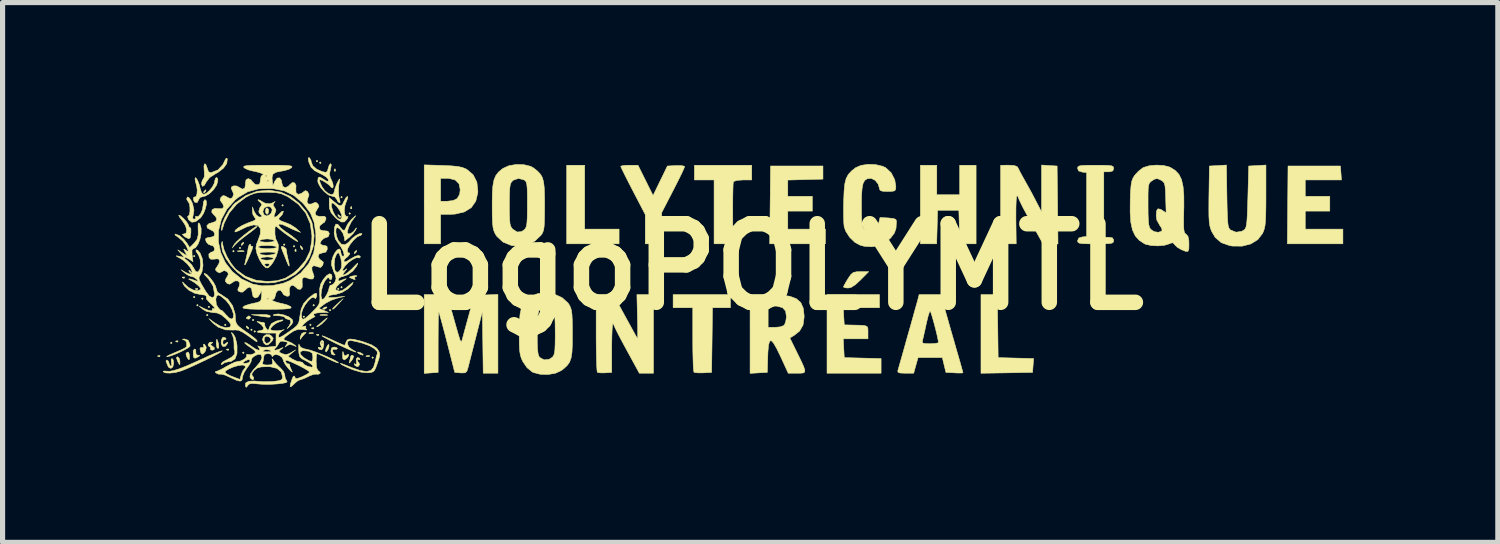
<source format=kicad_pcb>
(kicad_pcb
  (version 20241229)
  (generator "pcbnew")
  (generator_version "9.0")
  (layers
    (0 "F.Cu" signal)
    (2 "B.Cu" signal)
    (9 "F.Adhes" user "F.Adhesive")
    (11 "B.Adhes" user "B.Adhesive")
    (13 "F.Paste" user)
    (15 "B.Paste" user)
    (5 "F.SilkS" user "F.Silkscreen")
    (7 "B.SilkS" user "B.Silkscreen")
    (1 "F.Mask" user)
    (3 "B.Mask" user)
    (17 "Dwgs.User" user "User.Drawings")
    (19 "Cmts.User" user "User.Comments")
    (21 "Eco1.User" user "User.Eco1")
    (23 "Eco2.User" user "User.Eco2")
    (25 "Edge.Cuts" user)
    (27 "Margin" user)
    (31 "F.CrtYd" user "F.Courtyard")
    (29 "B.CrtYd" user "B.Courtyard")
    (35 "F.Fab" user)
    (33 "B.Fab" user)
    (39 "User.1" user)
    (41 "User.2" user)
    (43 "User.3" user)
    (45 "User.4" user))
  (footprint "LogoPOLYMTL"
    (layer "F.Cu")
    (at 11.525 2.122)
    (property "Reference" "LogoPOLYMTL" (at 0 0 0) (layer "F.SilkS") (effects (font (size 1.524 1.524) (thickness 0.3))))
    (attr through_hole)
    (fp_poly (pts (xy -11.239 1.476) (xy -11.255 1.492) (xy -11.271 1.476) (xy -11.255 1.46) (xy -11.239 1.476)) (stroke (width 0.01) (type solid)) (fill yes) (layer "F.SilkS"))
    (fp_poly (pts (xy -11.003 -0.183) (xy -11.001 -0.181) (xy -11.002 -0.181) (xy -11.003 -0.183) (xy -11.003 -0.183)) (stroke (width 0.01) (type solid)) (fill yes) (layer "F.SilkS"))
    (fp_poly (pts (xy -10.795 -0.206) (xy -10.811 -0.191) (xy -10.827 -0.206) (xy -10.811 -0.222) (xy -10.795 -0.206)) (stroke (width 0.01) (type solid)) (fill yes) (layer "F.SilkS"))
    (fp_poly (pts (xy -10.795 0.587) (xy -10.811 0.603) (xy -10.827 0.587) (xy -10.811 0.572) (xy -10.795 0.587)) (stroke (width 0.01) (type solid)) (fill yes) (layer "F.SilkS"))
    (fp_poly (pts (xy -10.732 0.746) (xy -10.747 0.762) (xy -10.763 0.746) (xy -10.747 0.73) (xy -10.732 0.746)) (stroke (width 0.01) (type solid)) (fill yes) (layer "F.SilkS"))
    (fp_poly (pts (xy -10.636 0.619) (xy -10.652 0.635) (xy -10.668 0.619) (xy -10.652 0.603) (xy -10.636 0.619)) (stroke (width 0.01) (type solid)) (fill yes) (layer "F.SilkS"))
    (fp_poly (pts (xy -10.541 0.937) (xy -10.557 0.953) (xy -10.573 0.937) (xy -10.557 0.921) (xy -10.541 0.937)) (stroke (width 0.01) (type solid)) (fill yes) (layer "F.SilkS"))
    (fp_poly (pts (xy -10.509 0.778) (xy -10.525 0.794) (xy -10.541 0.778) (xy -10.525 0.762) (xy -10.509 0.778)) (stroke (width 0.01) (type solid)) (fill yes) (layer "F.SilkS"))
    (fp_poly (pts (xy -10.192 1.127) (xy -10.208 1.143) (xy -10.223 1.127) (xy -10.208 1.111) (xy -10.192 1.127)) (stroke (width 0.01) (type solid)) (fill yes) (layer "F.SilkS"))
    (fp_poly (pts (xy -10.033 -0.302) (xy -10.049 -0.286) (xy -10.065 -0.302) (xy -10.049 -0.318) (xy -10.033 -0.302)) (stroke (width 0.01) (type solid)) (fill yes) (layer "F.SilkS"))
    (fp_poly (pts (xy -9.906 -0.365) (xy -9.922 -0.349) (xy -9.938 -0.365) (xy -9.922 -0.381) (xy -9.906 -0.365)) (stroke (width 0.01) (type solid)) (fill yes) (layer "F.SilkS"))
    (fp_poly (pts (xy -9.842 1.667) (xy -9.858 1.683) (xy -9.874 1.667) (xy -9.858 1.651) (xy -9.842 1.667)) (stroke (width 0.01) (type solid)) (fill yes) (layer "F.SilkS"))
    (fp_poly (pts (xy -9.684 1.222) (xy -9.7 1.238) (xy -9.716 1.222) (xy -9.7 1.206) (xy -9.684 1.222)) (stroke (width 0.01) (type solid)) (fill yes) (layer "F.SilkS"))
    (fp_poly (pts (xy -9.652 1.032) (xy -9.668 1.048) (xy -9.684 1.032) (xy -9.668 1.016) (xy -9.652 1.032)) (stroke (width 0.01) (type solid)) (fill yes) (layer "F.SilkS"))
    (fp_poly (pts (xy -9.62 1.254) (xy -9.636 1.27) (xy -9.652 1.254) (xy -9.636 1.238) (xy -9.62 1.254)) (stroke (width 0.01) (type solid)) (fill yes) (layer "F.SilkS"))
    (fp_poly (pts (xy -9.081 -1.191) (xy -9.096 -1.175) (xy -9.112 -1.191) (xy -9.096 -1.206) (xy -9.081 -1.191)) (stroke (width 0.01) (type solid)) (fill yes) (layer "F.SilkS"))
    (fp_poly (pts (xy -9.049 -0.429) (xy -9.065 -0.413) (xy -9.081 -0.429) (xy -9.065 -0.445) (xy -9.049 -0.429)) (stroke (width 0.01) (type solid)) (fill yes) (layer "F.SilkS"))
    (fp_poly (pts (xy -8.858 -0.397) (xy -8.874 -0.381) (xy -8.89 -0.397) (xy -8.874 -0.413) (xy -8.858 -0.397)) (stroke (width 0.01) (type solid)) (fill yes) (layer "F.SilkS"))
    (fp_poly (pts (xy -8.668 0.968) (xy -8.684 0.984) (xy -8.7 0.968) (xy -8.684 0.953) (xy -8.668 0.968)) (stroke (width 0.01) (type solid)) (fill yes) (layer "F.SilkS"))
    (fp_poly (pts (xy -8.541 1.127) (xy -8.557 1.143) (xy -8.572 1.127) (xy -8.557 1.111) (xy -8.541 1.127)) (stroke (width 0.01) (type solid)) (fill yes) (layer "F.SilkS"))
    (fp_poly (pts (xy -8.477 0.746) (xy -8.493 0.762) (xy -8.509 0.746) (xy -8.493 0.73) (xy -8.477 0.746)) (stroke (width 0.01) (type solid)) (fill yes) (layer "F.SilkS"))
    (fp_poly (pts (xy -8.414 -2.048) (xy -8.43 -2.032) (xy -8.445 -2.048) (xy -8.43 -2.064) (xy -8.414 -2.048)) (stroke (width 0.01) (type solid)) (fill yes) (layer "F.SilkS"))
    (fp_poly (pts (xy -8.35 -2.016) (xy -8.366 -2) (xy -8.382 -2.016) (xy -8.366 -2.032) (xy -8.35 -2.016)) (stroke (width 0.01) (type solid)) (fill yes) (layer "F.SilkS"))
    (fp_poly (pts (xy -8.16 0.302) (xy -8.176 0.318) (xy -8.191 0.302) (xy -8.176 0.286) (xy -8.16 0.302)) (stroke (width 0.01) (type solid)) (fill yes) (layer "F.SilkS"))
    (fp_poly (pts (xy -8.16 0.841) (xy -8.176 0.857) (xy -8.191 0.841) (xy -8.176 0.826) (xy -8.16 0.841)) (stroke (width 0.01) (type solid)) (fill yes) (layer "F.SilkS"))
    (fp_poly (pts (xy -8.001 0.429) (xy -8.017 0.445) (xy -8.033 0.429) (xy -8.017 0.413) (xy -8.001 0.429)) (stroke (width 0.01) (type solid)) (fill yes) (layer "F.SilkS"))
    (fp_poly (pts (xy -7.938 -1.349) (xy -7.953 -1.333) (xy -7.969 -1.349) (xy -7.953 -1.365) (xy -7.938 -1.349)) (stroke (width 0.01) (type solid)) (fill yes) (layer "F.SilkS"))
    (fp_poly (pts (xy -7.938 0.397) (xy -7.953 0.413) (xy -7.969 0.397) (xy -7.953 0.381) (xy -7.938 0.397)) (stroke (width 0.01) (type solid)) (fill yes) (layer "F.SilkS"))
    (fp_poly (pts (xy -7.779 -1.032) (xy -7.795 -1.016) (xy -7.811 -1.032) (xy -7.795 -1.048) (xy -7.779 -1.032)) (stroke (width 0.01) (type solid)) (fill yes) (layer "F.SilkS"))
    (fp_poly (pts (xy -7.334 1.762) (xy -7.35 1.778) (xy -7.366 1.762) (xy -7.35 1.746) (xy -7.334 1.762)) (stroke (width 0.01) (type solid)) (fill yes) (layer "F.SilkS"))
    (fp_poly (pts (xy -11.472 1.725) (xy -11.477 1.744) (xy -11.493 1.746) (xy -11.52 1.735) (xy -11.515 1.725) (xy -11.477 1.721) (xy -11.472 1.725)) (stroke (width 0.01) (type solid)) (fill yes) (layer "F.SilkS"))
    (fp_poly (pts (xy -11.123 1.439) (xy -11.127 1.458) (xy -11.144 1.46) (xy -11.17 1.449) (xy -11.165 1.439) (xy -11.128 1.436) (xy -11.123 1.439)) (stroke (width 0.01) (type solid)) (fill yes) (layer "F.SilkS"))
    (fp_poly (pts (xy -10.996 0.201) (xy -11 0.22) (xy -11.017 0.222) (xy -11.043 0.211) (xy -11.038 0.201) (xy -11.001 0.197) (xy -10.996 0.201)) (stroke (width 0.01) (type solid)) (fill yes) (layer "F.SilkS"))
    (fp_poly (pts (xy -10.742 0.423) (xy -10.746 0.442) (xy -10.763 0.445) (xy -10.789 0.433) (xy -10.784 0.423) (xy -10.747 0.42) (xy -10.742 0.423)) (stroke (width 0.01) (type solid)) (fill yes) (layer "F.SilkS"))
    (fp_poly (pts (xy -10.139 1.598) (xy -10.143 1.617) (xy -10.16 1.619) (xy -10.186 1.608) (xy -10.181 1.598) (xy -10.143 1.594) (xy -10.139 1.598)) (stroke (width 0.01) (type solid)) (fill yes) (layer "F.SilkS"))
    (fp_poly (pts (xy -8.837 -0.339) (xy -8.833 -0.301) (xy -8.837 -0.296) (xy -8.856 -0.301) (xy -8.858 -0.318) (xy -8.847 -0.344) (xy -8.837 -0.339)) (stroke (width 0.01) (type solid)) (fill yes) (layer "F.SilkS"))
    (fp_poly (pts (xy -8.501 1.281) (xy -8.497 1.292) (xy -8.541 1.297) (xy -8.586 1.292) (xy -8.58 1.281) (xy -8.515 1.277) (xy -8.501 1.281)) (stroke (width 0.01) (type solid)) (fill yes) (layer "F.SilkS"))
    (fp_poly (pts (xy -8.488 1.185) (xy -8.492 1.204) (xy -8.509 1.206) (xy -8.535 1.195) (xy -8.53 1.185) (xy -8.492 1.182) (xy -8.488 1.185)) (stroke (width 0.01) (type solid)) (fill yes) (layer "F.SilkS"))
    (fp_poly (pts (xy -8.393 1.312) (xy -8.397 1.331) (xy -8.414 1.333) (xy -8.44 1.322) (xy -8.435 1.312) (xy -8.397 1.309) (xy -8.393 1.312)) (stroke (width 0.01) (type solid)) (fill yes) (layer "F.SilkS"))
    (fp_poly (pts (xy -8.075 -1.894) (xy -8.071 -1.857) (xy -8.075 -1.852) (xy -8.094 -1.856) (xy -8.096 -1.873) (xy -8.085 -1.899) (xy -8.075 -1.894)) (stroke (width 0.01) (type solid)) (fill yes) (layer "F.SilkS"))
    (fp_poly (pts (xy -7.758 -1.164) (xy -7.754 -1.126) (xy -7.758 -1.122) (xy -7.776 -1.126) (xy -7.779 -1.143) (xy -7.767 -1.169) (xy -7.758 -1.164)) (stroke (width 0.01) (type solid)) (fill yes) (layer "F.SilkS"))
    (fp_poly (pts (xy -7.406 1.727) (xy -7.416 1.741) (xy -7.448 1.744) (xy -7.482 1.736) (xy -7.467 1.725) (xy -7.418 1.721) (xy -7.406 1.727)) (stroke (width 0.01) (type solid)) (fill yes) (layer "F.SilkS"))
    (fp_poly (pts (xy -3.239 -0.73) (xy -2.572 -0.73) (xy -2.572 -0.445) (xy -3.588 -0.445) (xy -3.588 -1.968) (xy -3.239 -1.968) (xy -3.239 -0.73)) (stroke (width 0.01) (type solid)) (fill yes) (layer "F.SilkS"))
    (fp_poly (pts (xy -10.895 0.076) (xy -10.861 0.108) (xy -10.868 0.127) (xy -10.873 0.127) (xy -10.899 0.104) (xy -10.909 0.09) (xy -10.913 0.069) (xy -10.895 0.076)) (stroke (width 0.01) (type solid)) (fill yes) (layer "F.SilkS"))
    (fp_poly (pts (xy -9.784 1.156) (xy -9.75 1.188) (xy -9.757 1.206) (xy -9.761 1.206) (xy -9.788 1.184) (xy -9.798 1.17) (xy -9.802 1.148) (xy -9.784 1.156)) (stroke (width 0.01) (type solid)) (fill yes) (layer "F.SilkS"))
    (fp_poly (pts (xy -8.731 -0.394) (xy -8.727 -0.389) (xy -8.702 -0.348) (xy -8.706 -0.333) (xy -8.729 -0.342) (xy -8.745 -0.372) (xy -8.755 -0.409) (xy -8.731 -0.394)) (stroke (width 0.01) (type solid)) (fill yes) (layer "F.SilkS"))
    (fp_poly (pts (xy -8.239 0.794) (xy -8.273 0.82) (xy -8.31 0.825) (xy -8.319 0.813) (xy -8.294 0.793) (xy -8.269 0.782) (xy -8.236 0.779) (xy -8.239 0.794)) (stroke (width 0.01) (type solid)) (fill yes) (layer "F.SilkS"))
    (fp_poly (pts (xy -8.006 -1.003) (xy -7.972 -0.974) (xy -7.969 -0.967) (xy -7.984 -0.953) (xy -8.016 -0.983) (xy -8.02 -0.989) (xy -8.024 -1.011) (xy -8.006 -1.003)) (stroke (width 0.01) (type solid)) (fill yes) (layer "F.SilkS"))
    (fp_poly (pts (xy -10.905 1.694) (xy -10.902 1.73) (xy -10.903 1.796) (xy -10.919 1.801) (xy -10.952 1.75) (xy -10.969 1.695) (xy -10.963 1.671) (xy -10.926 1.653) (xy -10.905 1.694)) (stroke (width 0.01) (type solid)) (fill yes) (layer "F.SilkS"))
    (fp_poly (pts (xy -10.583 -1.472) (xy -10.589 -1.46) (xy -10.619 -1.43) (xy -10.624 -1.429) (xy -10.626 -1.449) (xy -10.62 -1.46) (xy -10.59 -1.491) (xy -10.585 -1.492) (xy -10.583 -1.472)) (stroke (width 0.01) (type solid)) (fill yes) (layer "F.SilkS"))
    (fp_poly (pts (xy -9.852 -0.456) (xy -9.858 -0.445) (xy -9.888 -0.414) (xy -9.894 -0.413) (xy -9.896 -0.433) (xy -9.89 -0.445) (xy -9.86 -0.475) (xy -9.855 -0.476) (xy -9.852 -0.456)) (stroke (width 0.01) (type solid)) (fill yes) (layer "F.SilkS"))
    (fp_poly (pts (xy -9.85 -0.308) (xy -9.841 -0.298) (xy -9.884 -0.293) (xy -9.906 -0.293) (xy -9.964 -0.296) (xy -9.971 -0.305) (xy -9.962 -0.308) (xy -9.881 -0.313) (xy -9.85 -0.308)) (stroke (width 0.01) (type solid)) (fill yes) (layer "F.SilkS"))
    (fp_poly (pts (xy -9.716 0.977) (xy -9.716 0.984) (xy -9.741 1.012) (xy -9.765 1.016) (xy -9.798 1.001) (xy -9.795 0.984) (xy -9.754 0.954) (xy -9.745 0.953) (xy -9.716 0.977)) (stroke (width 0.01) (type solid)) (fill yes) (layer "F.SilkS"))
    (fp_poly (pts (xy -9.372 -1.116) (xy -9.366 -1.079) (xy -9.38 -1.028) (xy -9.398 -1.016) (xy -9.424 -1.043) (xy -9.43 -1.079) (xy -9.416 -1.131) (xy -9.398 -1.143) (xy -9.372 -1.116)) (stroke (width 0.01) (type solid)) (fill yes) (layer "F.SilkS"))
    (fp_poly (pts (xy -8.231 0.931) (xy -8.223 0.939) (xy -8.269 0.944) (xy -8.303 0.944) (xy -8.364 0.941) (xy -8.373 0.934) (xy -8.358 0.93) (xy -8.275 0.925) (xy -8.231 0.931)) (stroke (width 0.01) (type solid)) (fill yes) (layer "F.SilkS"))
    (fp_poly (pts (xy -8.196 1.545) (xy -8.215 1.603) (xy -8.244 1.646) (xy -8.256 1.651) (xy -8.266 1.627) (xy -8.249 1.571) (xy -8.219 1.518) (xy -8.199 1.506) (xy -8.196 1.545)) (stroke (width 0.01) (type solid)) (fill yes) (layer "F.SilkS"))
    (fp_poly (pts (xy -7.662 -0.297) (xy -7.668 -0.286) (xy -7.698 -0.255) (xy -7.703 -0.254) (xy -7.705 -0.275) (xy -7.699 -0.286) (xy -7.669 -0.316) (xy -7.664 -0.318) (xy -7.662 -0.297)) (stroke (width 0.01) (type solid)) (fill yes) (layer "F.SilkS"))
    (fp_poly (pts (xy -7.584 1.668) (xy -7.556 1.683) (xy -7.531 1.708) (xy -7.541 1.714) (xy -7.593 1.698) (xy -7.62 1.683) (xy -7.645 1.658) (xy -7.636 1.652) (xy -7.584 1.668)) (stroke (width 0.01) (type solid)) (fill yes) (layer "F.SilkS"))
    (fp_poly (pts (xy -11.102 1.774) (xy -11.088 1.826) (xy -11.086 1.89) (xy -11.097 1.895) (xy -11.126 1.841) (xy -11.133 1.825) (xy -11.154 1.766) (xy -11.139 1.747) (xy -11.132 1.746) (xy -11.102 1.774)) (stroke (width 0.01) (type solid)) (fill yes) (layer "F.SilkS"))
    (fp_poly (pts (xy -10.348 1.462) (xy -10.338 1.5) (xy -10.333 1.566) (xy -10.35 1.587) (xy -10.372 1.56) (xy -10.382 1.493) (xy -10.382 1.487) (xy -10.379 1.416) (xy -10.367 1.408) (xy -10.348 1.462)) (stroke (width 0.01) (type solid)) (fill yes) (layer "F.SilkS"))
    (fp_poly (pts (xy -8.653 1.291) (xy -8.672 1.307) (xy -8.724 1.365) (xy -8.743 1.397) (xy -8.754 1.407) (xy -8.754 1.366) (xy -8.725 1.296) (xy -8.684 1.275) (xy -8.64 1.271) (xy -8.653 1.291)) (stroke (width 0.01) (type solid)) (fill yes) (layer "F.SilkS"))
    (fp_poly (pts (xy -8.015 0.722) (xy -8.083 0.794) (xy -8.118 0.824) (xy -8.128 0.816) (xy -8.128 0.816) (xy -8.107 0.79) (xy -8.053 0.738) (xy -8.025 0.712) (xy -7.922 0.619) (xy -8.015 0.722)) (stroke (width 0.01) (type solid)) (fill yes) (layer "F.SilkS"))
    (fp_poly (pts (xy -9.416 0.928) (xy -9.351 0.94) (xy -9.335 0.953) (xy -9.337 0.97) (xy -9.355 0.978) (xy -9.401 0.975) (xy -9.489 0.963) (xy -9.557 0.953) (xy -9.7 0.93) (xy -9.517 0.926) (xy -9.416 0.928)) (stroke (width 0.01) (type solid)) (fill yes) (layer "F.SilkS"))
    (fp_poly (pts (xy -7.717 1.733) (xy -7.736 1.787) (xy -7.765 1.827) (xy -7.801 1.868) (xy -7.805 1.859) (xy -7.797 1.831) (xy -7.781 1.767) (xy -7.779 1.744) (xy -7.755 1.715) (xy -7.747 1.714) (xy -7.717 1.733)) (stroke (width 0.01) (type solid)) (fill yes) (layer "F.SilkS"))
    (fp_poly (pts (xy 4.77 1.151) (xy 4.778 1.762) (xy 5.121 1.771) (xy 5.465 1.78) (xy 5.455 1.914) (xy 5.445 2.048) (xy 4.945 2.057) (xy 4.445 2.065) (xy 4.445 0.54) (xy 4.761 0.54) (xy 4.77 1.151)) (stroke (width 0.01) (type solid)) (fill yes) (layer "F.SilkS"))
    (fp_poly (pts (xy -8.254 1.023) (xy -8.271 1.043) (xy -8.338 1.109) (xy -8.398 1.15) (xy -8.435 1.165) (xy -8.43 1.154) (xy -8.386 1.117) (xy -8.317 1.059) (xy -8.303 1.047) (xy -8.244 0.999) (xy -8.229 0.991) (xy -8.254 1.023)) (stroke (width 0.01) (type solid)) (fill yes) (layer "F.SilkS"))
    (fp_poly (pts (xy -7.656 0.176) (xy -7.666 0.189) (xy -7.68 0.191) (xy -7.704 0.209) (xy -7.699 0.222) (xy -7.687 0.247) (xy -7.705 0.247) (xy -7.761 0.225) (xy -7.801 0.206) (xy -7.785 0.192) (xy -7.747 0.181) (xy -7.683 0.171) (xy -7.656 0.176)) (stroke (width 0.01) (type solid)) (fill yes) (layer "F.SilkS"))
    (fp_poly (pts (xy -10.61 1.505) (xy -10.576 1.558) (xy -10.588 1.628) (xy -10.617 1.668) (xy -10.655 1.696) (xy -10.678 1.671) (xy -10.681 1.663) (xy -10.699 1.589) (xy -10.678 1.562) (xy -10.654 1.567) (xy -10.622 1.566) (xy -10.627 1.533) (xy -10.631 1.499) (xy -10.61 1.505)) (stroke (width 0.01) (type solid)) (fill yes) (layer "F.SilkS"))
    (fp_poly (pts (xy -7.921 1.649) (xy -7.915 1.677) (xy -7.897 1.726) (xy -7.866 1.721) (xy -7.856 1.712) (xy -7.819 1.695) (xy -7.813 1.718) (xy -7.84 1.762) (xy -7.849 1.772) (xy -7.9 1.807) (xy -7.928 1.785) (xy -7.933 1.707) (xy -7.929 1.647) (xy -7.921 1.649)) (stroke (width 0.01) (type solid)) (fill yes) (layer "F.SilkS"))
    (fp_poly (pts (xy -10.778 1.611) (xy -10.779 1.649) (xy -10.772 1.703) (xy -10.738 1.715) (xy -10.702 1.72) (xy -10.725 1.742) (xy -10.732 1.746) (xy -10.794 1.775) (xy -10.823 1.754) (xy -10.827 1.714) (xy -10.828 1.651) (xy -10.829 1.628) (xy -10.807 1.598) (xy -10.799 1.594) (xy -10.778 1.611)) (stroke (width 0.01) (type solid)) (fill yes) (layer "F.SilkS"))
    (fp_poly (pts (xy -8.045 1.569) (xy -8.033 1.587) (xy -8.056 1.604) (xy -8.08 1.599) (xy -8.121 1.604) (xy -8.128 1.629) (xy -8.106 1.682) (xy -8.088 1.693) (xy -8.077 1.707) (xy -8.104 1.712) (xy -8.149 1.692) (xy -8.16 1.635) (xy -8.145 1.573) (xy -8.096 1.556) (xy -8.045 1.569)) (stroke (width 0.01) (type solid)) (fill yes) (layer "F.SilkS"))
    (fp_poly (pts (xy 1.381 -1.699) (xy 1.04 -1.69) (xy 0.699 -1.681) (xy 0.699 -1.365) (xy 1.175 -1.365) (xy 1.175 -1.079) (xy 0.699 -1.079) (xy 0.699 -0.73) (xy 1.429 -0.73) (xy 1.429 -0.445) (xy 0.348 -0.445) (xy 0.357 -1.199) (xy 0.365 -1.953) (xy 1.381 -1.953) (xy 1.381 -1.699)) (stroke (width 0.01) (type solid)) (fill yes) (layer "F.SilkS"))
    (fp_poly (pts (xy 2.111 0.254) (xy 2.007 0.35) (xy 1.925 0.401) (xy 1.867 0.413) (xy 1.803 0.406) (xy 1.778 0.392) (xy 1.794 0.356) (xy 1.834 0.285) (xy 1.865 0.234) (xy 1.921 0.152) (xy 1.969 0.111) (xy 2.036 0.097) (xy 2.11 0.095) (xy 2.268 0.095) (xy 2.111 0.254)) (stroke (width 0.01) (type solid)) (fill yes) (layer "F.SilkS"))
    (fp_poly (pts (xy 3.588 -1.397) (xy 4.032 -1.397) (xy 4.032 -1.968) (xy 4.35 -1.968) (xy 4.35 -0.445) (xy 4.034 -0.445) (xy 4.025 -0.77) (xy 4.016 -1.095) (xy 3.604 -1.095) (xy 3.595 -0.77) (xy 3.586 -0.445) (xy 3.27 -0.445) (xy 3.27 -1.968) (xy 3.588 -1.968) (xy 3.588 -1.397)) (stroke (width 0.01) (type solid)) (fill yes) (layer "F.SilkS"))
    (fp_poly (pts (xy 11.424 -1.818) (xy 11.434 -1.683) (xy 10.732 -1.683) (xy 10.732 -1.365) (xy 11.208 -1.365) (xy 11.208 -1.079) (xy 10.732 -1.079) (xy 10.732 -0.73) (xy 11.462 -0.73) (xy 11.462 -0.445) (xy 10.385 -0.445) (xy 10.392 -1.199) (xy 10.398 -1.953) (xy 11.414 -1.953) (xy 11.424 -1.818)) (stroke (width 0.01) (type solid)) (fill yes) (layer "F.SilkS"))
    (fp_poly (pts (xy -10.451 1.467) (xy -10.472 1.488) (xy -10.496 1.514) (xy -10.464 1.534) (xy -10.42 1.569) (xy -10.422 1.605) (xy -10.463 1.619) (xy -10.496 1.604) (xy -10.493 1.587) (xy -10.496 1.558) (xy -10.507 1.556) (xy -10.537 1.53) (xy -10.541 1.508) (xy -10.515 1.468) (xy -10.485 1.461) (xy -10.451 1.467)) (stroke (width 0.01) (type solid)) (fill yes) (layer "F.SilkS"))
    (fp_poly (pts (xy -9.081 -0.39) (xy -9.081 -0.39) (xy -9.031 -0.354) (xy -9.022 -0.322) (xy -9.014 -0.259) (xy -8.995 -0.167) (xy -8.989 -0.144) (xy -8.969 -0.051) (xy -8.968 -0.012) (xy -8.984 -0.029) (xy -9.015 -0.102) (xy -9.057 -0.209) (xy -9.097 -0.306) (xy -9.122 -0.372) (xy -9.118 -0.395) (xy -9.081 -0.39)) (stroke (width 0.01) (type solid)) (fill yes) (layer "F.SilkS"))
    (fp_poly (pts (xy -9.716 -0.429) (xy -9.716 -0.416) (xy -9.697 -0.392) (xy -9.683 -0.397) (xy -9.672 -0.389) (xy -9.688 -0.333) (xy -9.732 -0.226) (xy -9.791 -0.095) (xy -9.82 -0.041) (xy -9.832 -0.035) (xy -9.83 -0.048) (xy -9.812 -0.126) (xy -9.793 -0.206) (xy -9.774 -0.294) (xy -9.764 -0.357) (xy -9.75 -0.41) (xy -9.73 -0.439) (xy -9.716 -0.429)) (stroke (width 0.01) (type solid)) (fill yes) (layer "F.SilkS"))
    (fp_poly (pts (xy -9.588 -0.782) (xy -9.612 -0.756) (xy -9.675 -0.704) (xy -9.763 -0.637) (xy -9.771 -0.632) (xy -9.872 -0.555) (xy -9.96 -0.482) (xy -10.013 -0.432) (xy -10.073 -0.365) (xy -10.027 -0.442) (xy -9.989 -0.485) (xy -9.922 -0.547) (xy -9.838 -0.617) (xy -9.75 -0.685) (xy -9.67 -0.742) (xy -9.612 -0.778) (xy -9.589 -0.783) (xy -9.588 -0.782)) (stroke (width 0.01) (type solid)) (fill yes) (layer "F.SilkS"))
    (fp_poly (pts (xy 0 -1.683) (xy -0.171 -1.683) (xy -0.285 -1.675) (xy -0.348 -1.654) (xy -0.356 -1.643) (xy -0.361 -1.6) (xy -0.364 -1.504) (xy -0.367 -1.366) (xy -0.368 -1.198) (xy -0.368 -1.024) (xy -0.365 -0.444) (xy -0.548 -0.445) (xy -0.73 -0.445) (xy -0.73 -1.683) (xy -1.111 -1.683) (xy -1.111 -1.968) (xy 0 -1.968) (xy 0 -1.683)) (stroke (width 0.01) (type solid)) (fill yes) (layer "F.SilkS"))
    (fp_poly (pts (xy -0.413 0.794) (xy -0.761 0.794) (xy -0.769 1.421) (xy -0.778 2.048) (xy -0.938 2.057) (xy -1.034 2.058) (xy -1.102 2.051) (xy -1.12 2.044) (xy -1.127 2.007) (xy -1.134 1.916) (xy -1.138 1.782) (xy -1.142 1.615) (xy -1.143 1.425) (xy -1.143 1.408) (xy -1.143 0.794) (xy -1.524 0.794) (xy -1.524 0.54) (xy -0.413 0.54) (xy -0.413 0.794)) (stroke (width 0.01) (type solid)) (fill yes) (layer "F.SilkS"))
    (fp_poly (pts (xy -10.197 1.383) (xy -10.192 1.399) (xy -10.211 1.418) (xy -10.223 1.413) (xy -10.248 1.423) (xy -10.255 1.463) (xy -10.249 1.51) (xy -10.22 1.502) (xy -10.202 1.488) (xy -10.164 1.461) (xy -10.161 1.478) (xy -10.165 1.49) (xy -10.202 1.54) (xy -10.25 1.546) (xy -10.265 1.535) (xy -10.287 1.484) (xy -10.283 1.42) (xy -10.259 1.373) (xy -10.239 1.365) (xy -10.197 1.383)) (stroke (width 0.01) (type solid)) (fill yes) (layer "F.SilkS"))
    (fp_poly (pts (xy -7.61 1.771) (xy -7.601 1.782) (xy -7.597 1.805) (xy -7.615 1.797) (xy -7.648 1.794) (xy -7.652 1.806) (xy -7.629 1.851) (xy -7.619 1.858) (xy -7.603 1.894) (xy -7.626 1.93) (xy -7.652 1.937) (xy -7.692 1.914) (xy -7.702 1.9) (xy -7.706 1.879) (xy -7.685 1.888) (xy -7.659 1.893) (xy -7.666 1.848) (xy -7.668 1.79) (xy -7.645 1.759) (xy -7.61 1.771)) (stroke (width 0.01) (type solid)) (fill yes) (layer "F.SilkS"))
    (fp_poly (pts (xy -11.217 1.806) (xy -11.208 1.872) (xy -11.208 1.873) (xy -11.225 1.944) (xy -11.263 1.971) (xy -11.306 1.948) (xy -11.325 1.913) (xy -11.348 1.853) (xy -11.357 1.834) (xy -11.347 1.811) (xy -11.337 1.81) (xy -11.306 1.835) (xy -11.303 1.856) (xy -11.281 1.912) (xy -11.267 1.924) (xy -11.244 1.922) (xy -11.25 1.868) (xy -11.251 1.862) (xy -11.257 1.799) (xy -11.24 1.778) (xy -11.217 1.806)) (stroke (width 0.01) (type solid)) (fill yes) (layer "F.SilkS"))
    (fp_poly (pts (xy 2.477 0.794) (xy 1.775 0.794) (xy 1.784 0.96) (xy 1.794 1.127) (xy 1.968 1.131) (xy 2.104 1.134) (xy 2.188 1.14) (xy 2.233 1.156) (xy 2.251 1.186) (xy 2.254 1.238) (xy 2.254 1.27) (xy 2.254 1.397) (xy 1.775 1.397) (xy 1.784 1.58) (xy 1.794 1.762) (xy 2.151 1.771) (xy 2.508 1.78) (xy 2.508 2.064) (xy 1.46 2.064) (xy 1.46 0.54) (xy 2.477 0.54) (xy 2.477 0.794)) (stroke (width 0.01) (type solid)) (fill yes) (layer "F.SilkS"))
    (fp_poly (pts (xy -8.299 1.454) (xy -8.297 1.511) (xy -8.311 1.572) (xy -8.337 1.609) (xy -8.34 1.611) (xy -8.387 1.599) (xy -8.4 1.584) (xy -8.404 1.559) (xy -8.367 1.567) (xy -8.328 1.577) (xy -8.341 1.551) (xy -8.348 1.542) (xy -8.37 1.485) (xy -8.366 1.476) (xy -8.35 1.476) (xy -8.334 1.492) (xy -8.319 1.476) (xy -8.334 1.46) (xy -8.35 1.476) (xy -8.366 1.476) (xy -8.35 1.439) (xy -8.319 1.429) (xy -8.299 1.454)) (stroke (width 0.01) (type solid)) (fill yes) (layer "F.SilkS"))
    (fp_poly (pts (xy -11.088 -0.996) (xy -11.026 -0.945) (xy -11.017 -0.937) (xy -10.957 -0.87) (xy -10.924 -0.815) (xy -10.922 -0.804) (xy -10.904 -0.765) (xy -10.892 -0.762) (xy -10.874 -0.738) (xy -10.874 -0.663) (xy -10.887 -0.564) (xy -10.913 -0.542) (xy -10.975 -0.571) (xy -11 -0.588) (xy -11.039 -0.623) (xy -11.028 -0.634) (xy -11.007 -0.635) (xy -10.964 -0.658) (xy -10.955 -0.718) (xy -10.979 -0.799) (xy -11.033 -0.883) (xy -11.092 -0.961) (xy -11.11 -0.999) (xy -11.088 -0.996)) (stroke (width 0.01) (type solid)) (fill yes) (layer "F.SilkS"))
    (fp_poly (pts (xy -9.35 1.318) (xy -9.31 1.344) (xy -9.278 1.386) (xy -9.289 1.425) (xy -9.318 1.46) (xy -9.376 1.513) (xy -9.42 1.516) (xy -9.461 1.477) (xy -9.478 1.433) (xy -9.454 1.433) (xy -9.451 1.442) (xy -9.413 1.488) (xy -9.362 1.473) (xy -9.338 1.449) (xy -9.321 1.403) (xy -9.351 1.364) (xy -9.408 1.345) (xy -9.449 1.373) (xy -9.454 1.433) (xy -9.478 1.433) (xy -9.487 1.41) (xy -9.466 1.352) (xy -9.415 1.316) (xy -9.35 1.318)) (stroke (width 0.01) (type solid)) (fill yes) (layer "F.SilkS"))
    (fp_poly (pts (xy -9.071 0.934) (xy -8.974 0.972) (xy -8.912 1.021) (xy -8.909 1.024) (xy -8.895 1.072) (xy -8.925 1.123) (xy -8.953 1.15) (xy -9.002 1.196) (xy -9.009 1.198) (xy -8.977 1.158) (xy -8.973 1.153) (xy -8.936 1.083) (xy -8.95 1.033) (xy -9.003 1.016) (xy -9.044 0.998) (xy -9.049 0.984) (xy -9.077 0.964) (xy -9.148 0.952) (xy -9.184 0.95) (xy -9.261 0.946) (xy -9.279 0.936) (xy -9.255 0.923) (xy -9.174 0.915) (xy -9.071 0.934)) (stroke (width 0.01) (type solid)) (fill yes) (layer "F.SilkS"))
    (fp_poly (pts (xy -10.929 1.424) (xy -10.894 1.496) (xy -10.89 1.537) (xy -10.917 1.565) (xy -10.987 1.606) (xy -11.081 1.653) (xy -11.182 1.697) (xy -11.274 1.731) (xy -11.338 1.745) (xy -11.343 1.745) (xy -11.336 1.734) (xy -11.281 1.706) (xy -11.189 1.666) (xy -11.169 1.658) (xy -11.065 1.613) (xy -10.989 1.574) (xy -10.956 1.549) (xy -10.955 1.548) (xy -10.958 1.468) (xy -10.983 1.429) (xy -11.009 1.419) (xy -11.04 1.407) (xy -11.01 1.401) (xy -10.997 1.401) (xy -10.929 1.424)) (stroke (width 0.01) (type solid)) (fill yes) (layer "F.SilkS"))
    (fp_poly (pts (xy -10.079 1.279) (xy -10.051 1.305) (xy -10.015 1.369) (xy -9.987 1.477) (xy -9.979 1.535) (xy -9.98 1.685) (xy -10.019 1.786) (xy -10.095 1.836) (xy -10.143 1.841) (xy -10.216 1.858) (xy -10.249 1.88) (xy -10.281 1.899) (xy -10.287 1.883) (xy -10.261 1.849) (xy -10.196 1.812) (xy -10.189 1.809) (xy -10.085 1.753) (xy -10.027 1.696) (xy -10.022 1.644) (xy -10.023 1.641) (xy -10.037 1.585) (xy -10.037 1.503) (xy -10.037 1.503) (xy -10.043 1.406) (xy -10.066 1.328) (xy -10.09 1.278) (xy -10.079 1.279)) (stroke (width 0.01) (type solid)) (fill yes) (layer "F.SilkS"))
    (fp_poly (pts (xy -10.265 1.63) (xy -10.286 1.649) (xy -10.353 1.687) (xy -10.453 1.74) (xy -10.577 1.802) (xy -10.711 1.866) (xy -10.844 1.928) (xy -10.963 1.98) (xy -11.058 2.018) (xy -11.061 2.019) (xy -11.17 2.049) (xy -11.278 2.062) (xy -11.365 2.058) (xy -11.411 2.037) (xy -11.411 2.037) (xy -11.399 2.021) (xy -11.352 2.024) (xy -11.291 2.027) (xy -11.212 2.014) (xy -11.108 1.982) (xy -10.969 1.928) (xy -10.788 1.848) (xy -10.657 1.788) (xy -10.517 1.724) (xy -10.397 1.674) (xy -10.31 1.641) (xy -10.268 1.629) (xy -10.265 1.63)) (stroke (width 0.01) (type solid)) (fill yes) (layer "F.SilkS"))
    (fp_poly (pts (xy -2.059 -1.675) (xy -1.913 -1.381) (xy -1.774 -1.667) (xy -1.635 -1.953) (xy -1.468 -1.962) (xy -1.371 -1.962) (xy -1.312 -1.951) (xy -1.302 -1.94) (xy -1.316 -1.902) (xy -1.354 -1.818) (xy -1.412 -1.7) (xy -1.484 -1.557) (xy -1.524 -1.479) (xy -1.746 -1.049) (xy -1.746 -0.445) (xy -2.064 -0.445) (xy -2.064 -1.012) (xy -2.302 -1.469) (xy -2.382 -1.624) (xy -2.451 -1.76) (xy -2.503 -1.865) (xy -2.534 -1.931) (xy -2.54 -1.947) (xy -2.511 -1.959) (xy -2.438 -1.967) (xy -2.373 -1.968) (xy -2.205 -1.968) (xy -2.059 -1.675)) (stroke (width 0.01) (type solid)) (fill yes) (layer "F.SilkS"))
    (fp_poly (pts (xy -10.168 -2.086) (xy -10.179 -2.001) (xy -10.242 -1.912) (xy -10.348 -1.83) (xy -10.398 -1.803) (xy -10.51 -1.73) (xy -10.575 -1.647) (xy -10.575 -1.645) (xy -10.614 -1.577) (xy -10.648 -1.559) (xy -10.667 -1.594) (xy -10.668 -1.617) (xy -10.652 -1.679) (xy -10.633 -1.701) (xy -10.612 -1.749) (xy -10.614 -1.845) (xy -10.616 -1.862) (xy -10.621 -1.952) (xy -10.608 -1.996) (xy -10.586 -1.988) (xy -10.561 -1.924) (xy -10.557 -1.907) (xy -10.531 -1.84) (xy -10.485 -1.824) (xy -10.478 -1.826) (xy -10.347 -1.878) (xy -10.254 -1.98) (xy -10.231 -2.027) (xy -10.197 -2.095) (xy -10.176 -2.106) (xy -10.168 -2.086)) (stroke (width 0.01) (type solid)) (fill yes) (layer "F.SilkS"))
    (fp_poly (pts (xy -5.993 -1.964) (xy -5.822 -1.956) (xy -5.699 -1.944) (xy -5.611 -1.925) (xy -5.543 -1.898) (xy -5.524 -1.888) (xy -5.401 -1.783) (xy -5.329 -1.641) (xy -5.31 -1.465) (xy -5.311 -1.436) (xy -5.35 -1.272) (xy -5.437 -1.147) (xy -5.572 -1.063) (xy -5.753 -1.021) (xy -5.857 -1.016) (xy -6.032 -1.016) (xy -6.032 -0.445) (xy -6.35 -0.445) (xy -6.35 -1.714) (xy -6.032 -1.714) (xy -6.032 -1.27) (xy -5.9 -1.27) (xy -5.79 -1.284) (xy -5.712 -1.321) (xy -5.71 -1.323) (xy -5.663 -1.404) (xy -5.652 -1.495) (xy -5.675 -1.609) (xy -5.747 -1.681) (xy -5.868 -1.713) (xy -5.913 -1.714) (xy -6.032 -1.714) (xy -6.35 -1.714) (xy -6.35 -1.975) (xy -5.993 -1.964)) (stroke (width 0.01) (type solid)) (fill yes) (layer "F.SilkS"))
    (fp_poly (pts (xy 5.771 -1.962) (xy 5.921 -1.953) (xy 5.93 -1.197) (xy 5.938 -0.441) (xy 5.788 -0.451) (xy 5.638 -0.46) (xy 5.408 -0.873) (xy 5.327 -1.021) (xy 5.258 -1.15) (xy 5.208 -1.251) (xy 5.18 -1.312) (xy 5.177 -1.324) (xy 5.154 -1.373) (xy 5.146 -1.38) (xy 5.135 -1.357) (xy 5.127 -1.277) (xy 5.123 -1.15) (xy 5.122 -0.981) (xy 5.122 -0.921) (xy 5.128 -0.445) (xy 4.977 -0.445) (xy 4.826 -0.445) (xy 4.826 -1.968) (xy 4.986 -1.969) (xy 5.089 -1.963) (xy 5.145 -1.942) (xy 5.166 -1.913) (xy 5.193 -1.857) (xy 5.241 -1.767) (xy 5.288 -1.683) (xy 5.356 -1.562) (xy 5.435 -1.418) (xy 5.504 -1.286) (xy 5.619 -1.064) (xy 5.62 -1.518) (xy 5.62 -1.972) (xy 5.771 -1.962)) (stroke (width 0.01) (type solid)) (fill yes) (layer "F.SilkS"))
    (fp_poly (pts (xy -10.359 -1.719) (xy -10.351 -1.67) (xy -10.374 -1.585) (xy -10.435 -1.495) (xy -10.514 -1.417) (xy -10.595 -1.371) (xy -10.627 -1.365) (xy -10.699 -1.342) (xy -10.722 -1.302) (xy -10.752 -1.245) (xy -10.794 -1.249) (xy -10.806 -1.259) (xy -10.825 -1.3) (xy -10.823 -1.341) (xy -10.803 -1.354) (xy -10.799 -1.352) (xy -10.773 -1.362) (xy -10.756 -1.414) (xy -10.751 -1.488) (xy -10.761 -1.562) (xy -10.766 -1.58) (xy -10.788 -1.66) (xy -10.794 -1.709) (xy -10.784 -1.729) (xy -10.761 -1.704) (xy -10.733 -1.648) (xy -10.707 -1.577) (xy -10.691 -1.506) (xy -10.667 -1.436) (xy -10.63 -1.403) (xy -10.578 -1.421) (xy -10.515 -1.476) (xy -10.456 -1.549) (xy -10.419 -1.622) (xy -10.414 -1.652) (xy -10.399 -1.711) (xy -10.382 -1.73) (xy -10.359 -1.719)) (stroke (width 0.01) (type solid)) (fill yes) (layer "F.SilkS"))
    (fp_poly (pts (xy -10.91 -1.338) (xy -10.869 -1.282) (xy -10.841 -1.222) (xy -10.814 -1.096) (xy -10.826 -1.02) (xy -10.84 -0.95) (xy -10.825 -0.923) (xy -10.807 -0.921) (xy -10.777 -0.938) (xy -10.782 -0.957) (xy -10.786 -0.979) (xy -10.77 -0.973) (xy -10.728 -0.977) (xy -10.685 -1.027) (xy -10.651 -1.105) (xy -10.636 -1.194) (xy -10.636 -1.198) (xy -10.627 -1.268) (xy -10.603 -1.301) (xy -10.6 -1.302) (xy -10.574 -1.276) (xy -10.573 -1.212) (xy -10.593 -1.127) (xy -10.628 -1.037) (xy -10.676 -0.962) (xy -10.687 -0.949) (xy -10.779 -0.876) (xy -10.855 -0.863) (xy -10.914 -0.908) (xy -10.922 -0.921) (xy -10.939 -0.973) (xy -10.923 -0.984) (xy -10.902 -1.011) (xy -10.892 -1.077) (xy -10.893 -1.156) (xy -10.904 -1.224) (xy -10.922 -1.254) (xy -10.951 -1.3) (xy -10.954 -1.321) (xy -10.941 -1.354) (xy -10.91 -1.338)) (stroke (width 0.01) (type solid)) (fill yes) (layer "F.SilkS"))
    (fp_poly (pts (xy 6.82 -1.968) (xy 6.921 -1.964) (xy 6.979 -1.956) (xy 7.008 -1.941) (xy 7.016 -1.917) (xy 7.017 -1.905) (xy 7.002 -1.859) (xy 6.946 -1.842) (xy 6.921 -1.841) (xy 6.826 -1.841) (xy 6.826 -0.572) (xy 6.921 -0.572) (xy 6.991 -0.562) (xy 7.016 -0.524) (xy 7.017 -0.508) (xy 7.013 -0.48) (xy 6.993 -0.462) (xy 6.948 -0.451) (xy 6.865 -0.446) (xy 6.733 -0.445) (xy 6.668 -0.445) (xy 6.514 -0.445) (xy 6.414 -0.449) (xy 6.355 -0.457) (xy 6.327 -0.473) (xy 6.319 -0.496) (xy 6.318 -0.506) (xy 6.341 -0.557) (xy 6.406 -0.577) (xy 6.493 -0.587) (xy 6.493 -1.826) (xy 6.406 -1.836) (xy 6.337 -1.859) (xy 6.318 -1.907) (xy 6.323 -1.934) (xy 6.344 -1.952) (xy 6.392 -1.962) (xy 6.478 -1.967) (xy 6.613 -1.968) (xy 6.668 -1.968) (xy 6.82 -1.968)) (stroke (width 0.01) (type solid)) (fill yes) (layer "F.SilkS"))
    (fp_poly (pts (xy -10.7 -0.826) (xy -10.675 -0.746) (xy -10.676 -0.643) (xy -10.698 -0.533) (xy -10.736 -0.436) (xy -10.786 -0.369) (xy -10.83 -0.349) (xy -10.853 -0.32) (xy -10.851 -0.234) (xy -10.85 -0.224) (xy -10.833 -0.098) (xy -10.91 -0.149) (xy -10.97 -0.18) (xy -11.003 -0.183) (xy -11.128 -0.327) (xy -11.036 -0.268) (xy -10.944 -0.209) (xy -10.986 -0.287) (xy -11.012 -0.339) (xy -11.004 -0.344) (xy -10.975 -0.322) (xy -10.933 -0.295) (xy -10.926 -0.315) (xy -10.955 -0.385) (xy -10.971 -0.416) (xy -11.033 -0.499) (xy -11.117 -0.57) (xy -11.122 -0.573) (xy -11.175 -0.611) (xy -11.184 -0.632) (xy -11.176 -0.634) (xy -11.096 -0.605) (xy -11.009 -0.531) (xy -10.951 -0.457) (xy -10.896 -0.372) (xy -10.811 -0.457) (xy -10.753 -0.532) (xy -10.732 -0.618) (xy -10.732 -0.676) (xy -10.735 -0.786) (xy -10.732 -0.841) (xy -10.72 -0.851) (xy -10.7 -0.826)) (stroke (width 0.01) (type solid)) (fill yes) (layer "F.SilkS"))
    (fp_poly (pts (xy -1.905 2.064) (xy -2.179 2.064) (xy -2.423 1.617) (xy -2.506 1.464) (xy -2.577 1.33) (xy -2.63 1.225) (xy -2.661 1.16) (xy -2.667 1.143) (xy -2.689 1.101) (xy -2.691 1.1) (xy -2.699 1.125) (xy -2.706 1.203) (xy -2.711 1.323) (xy -2.714 1.475) (xy -2.715 1.567) (xy -2.715 2.048) (xy -2.843 2.057) (xy -2.929 2.058) (xy -2.986 2.049) (xy -2.994 2.044) (xy -3 2.007) (xy -3.006 1.916) (xy -3.01 1.78) (xy -3.014 1.607) (xy -3.016 1.408) (xy -3.016 1.281) (xy -3.016 0.54) (xy -2.85 0.54) (xy -2.683 0.541) (xy -2.45 0.969) (xy -2.369 1.116) (xy -2.3 1.242) (xy -2.248 1.336) (xy -2.217 1.389) (xy -2.212 1.397) (xy -2.211 1.367) (xy -2.211 1.286) (xy -2.212 1.163) (xy -2.215 1.013) (xy -2.216 0.968) (xy -2.226 0.54) (xy -1.905 0.54) (xy -1.905 2.064)) (stroke (width 0.01) (type solid)) (fill yes) (layer "F.SilkS"))
    (fp_poly (pts (xy -7.831 -1.341) (xy -7.852 -1.282) (xy -7.859 -1.268) (xy -7.888 -1.184) (xy -7.899 -1.095) (xy -7.892 -1.021) (xy -7.867 -0.979) (xy -7.85 -0.976) (xy -7.826 -0.972) (xy -7.842 -0.934) (xy -7.85 -0.921) (xy -7.898 -0.869) (xy -7.955 -0.867) (xy -8.031 -0.916) (xy -8.084 -0.965) (xy -8.154 -1.048) (xy -8.186 -1.127) (xy -8.191 -1.206) (xy -8.191 -1.213) (xy -8.152 -1.213) (xy -8.144 -1.151) (xy -8.118 -1.071) (xy -8.078 -0.993) (xy -8.077 -0.992) (xy -8.022 -0.932) (xy -7.974 -0.92) (xy -7.948 -0.953) (xy -7.952 -1.008) (xy -7.986 -1.087) (xy -8.041 -1.165) (xy -8.099 -1.222) (xy -8.137 -1.238) (xy -8.152 -1.213) (xy -8.191 -1.213) (xy -8.191 -1.339) (xy -8.094 -1.257) (xy -8.015 -1.196) (xy -7.967 -1.181) (xy -7.932 -1.213) (xy -7.906 -1.27) (xy -7.871 -1.335) (xy -7.839 -1.365) (xy -7.838 -1.365) (xy -7.831 -1.341)) (stroke (width 0.01) (type solid)) (fill yes) (layer "F.SilkS"))
    (fp_poly (pts (xy 9.97 -1.377) (xy 9.969 -1.164) (xy 9.966 -1.004) (xy 9.961 -0.886) (xy 9.952 -0.799) (xy 9.938 -0.734) (xy 9.919 -0.68) (xy 9.905 -0.648) (xy 9.813 -0.527) (xy 9.677 -0.443) (xy 9.51 -0.4) (xy 9.321 -0.401) (xy 9.266 -0.41) (xy 9.104 -0.467) (xy 8.986 -0.569) (xy 8.918 -0.684) (xy 8.896 -0.741) (xy 8.88 -0.802) (xy 8.87 -0.879) (xy 8.864 -0.984) (xy 8.863 -1.125) (xy 8.864 -1.316) (xy 8.865 -1.387) (xy 8.874 -1.953) (xy 9.039 -1.962) (xy 9.204 -1.972) (xy 9.213 -1.364) (xy 9.217 -1.152) (xy 9.222 -0.995) (xy 9.228 -0.883) (xy 9.236 -0.807) (xy 9.249 -0.759) (xy 9.265 -0.73) (xy 9.285 -0.712) (xy 9.391 -0.67) (xy 9.501 -0.687) (xy 9.543 -0.712) (xy 9.565 -0.732) (xy 9.581 -0.764) (xy 9.593 -0.816) (xy 9.602 -0.897) (xy 9.609 -1.017) (xy 9.615 -1.183) (xy 9.62 -1.355) (xy 9.636 -1.953) (xy 9.803 -1.962) (xy 9.97 -1.972) (xy 9.97 -1.377)) (stroke (width 0.01) (type solid)) (fill yes) (layer "F.SilkS"))
    (fp_poly (pts (xy -4.921 2.064) (xy -5.206 2.064) (xy -5.214 1.468) (xy -5.223 0.873) (xy -5.345 1.349) (xy -5.39 1.525) (xy -5.432 1.688) (xy -5.467 1.825) (xy -5.491 1.921) (xy -5.498 1.947) (xy -5.522 2.024) (xy -5.555 2.056) (xy -5.62 2.059) (xy -5.643 2.058) (xy -5.758 2.048) (xy -5.906 1.468) (xy -5.953 1.286) (xy -5.996 1.125) (xy -6.031 0.997) (xy -6.055 0.911) (xy -6.067 0.875) (xy -6.067 0.875) (xy -6.071 0.901) (xy -6.075 0.981) (xy -6.078 1.105) (xy -6.079 1.265) (xy -6.08 1.449) (xy -6.08 2.048) (xy -6.215 2.058) (xy -6.35 2.067) (xy -6.35 0.54) (xy -5.91 0.54) (xy -5.862 0.706) (xy -5.832 0.812) (xy -5.791 0.954) (xy -5.747 1.111) (xy -5.725 1.188) (xy -5.685 1.327) (xy -5.658 1.412) (xy -5.639 1.449) (xy -5.625 1.446) (xy -5.613 1.411) (xy -5.595 1.344) (xy -5.565 1.232) (xy -5.526 1.09) (xy -5.484 0.937) (xy -5.38 0.556) (xy -5.151 0.546) (xy -4.921 0.537) (xy -4.921 2.064)) (stroke (width 0.01) (type solid)) (fill yes) (layer "F.SilkS"))
    (fp_poly (pts (xy 0.567 0.547) (xy 0.742 0.573) (xy 0.867 0.621) (xy 0.951 0.695) (xy 0.998 0.8) (xy 1.015 0.939) (xy 1.016 0.976) (xy 0.995 1.13) (xy 0.928 1.247) (xy 0.826 1.328) (xy 0.739 1.381) (xy 0.876 1.66) (xy 0.954 1.819) (xy 1.005 1.93) (xy 1.029 2.001) (xy 1.027 2.041) (xy 0.998 2.059) (xy 0.943 2.064) (xy 0.88 2.064) (xy 0.708 2.064) (xy 0.562 1.746) (xy 0.482 1.582) (xy 0.421 1.477) (xy 0.377 1.431) (xy 0.346 1.446) (xy 0.326 1.52) (xy 0.314 1.653) (xy 0.311 1.738) (xy 0.302 2.048) (xy 0.135 2.057) (xy -0.032 2.067) (xy -0.032 0.762) (xy 0.318 0.762) (xy 0.318 1.175) (xy 0.456 1.175) (xy 0.555 1.165) (xy 0.622 1.139) (xy 0.632 1.131) (xy 0.657 1.071) (xy 0.672 0.982) (xy 0.673 0.968) (xy 0.657 0.86) (xy 0.598 0.793) (xy 0.49 0.764) (xy 0.438 0.762) (xy 0.318 0.762) (xy -0.032 0.762) (xy -0.032 0.54) (xy 0.337 0.54) (xy 0.567 0.547)) (stroke (width 0.01) (type solid)) (fill yes) (layer "F.SilkS"))
    (fp_poly (pts (xy 3.735 0.786) (xy 3.768 0.904) (xy 3.814 1.066) (xy 3.867 1.253) (xy 3.924 1.448) (xy 3.949 1.538) (xy 3.998 1.707) (xy 4.04 1.853) (xy 4.072 1.967) (xy 4.091 2.037) (xy 4.096 2.056) (xy 4.067 2.06) (xy 3.994 2.06) (xy 3.93 2.057) (xy 3.765 2.048) (xy 3.73 1.905) (xy 3.696 1.762) (xy 3.225 1.762) (xy 3.182 1.913) (xy 3.14 2.064) (xy 2.979 2.064) (xy 2.884 2.061) (xy 2.84 2.048) (xy 2.831 2.021) (xy 2.835 2.008) (xy 2.856 1.934) (xy 2.89 1.814) (xy 2.934 1.66) (xy 2.983 1.484) (xy 2.989 1.463) (xy 3.307 1.463) (xy 3.327 1.484) (xy 3.387 1.491) (xy 3.457 1.492) (xy 3.549 1.488) (xy 3.608 1.477) (xy 3.62 1.468) (xy 3.613 1.417) (xy 3.594 1.328) (xy 3.567 1.216) (xy 3.536 1.097) (xy 3.505 0.987) (xy 3.479 0.903) (xy 3.462 0.86) (xy 3.459 0.857) (xy 3.443 0.886) (xy 3.419 0.962) (xy 3.392 1.071) (xy 3.385 1.104) (xy 3.357 1.232) (xy 3.332 1.342) (xy 3.315 1.415) (xy 3.313 1.422) (xy 3.307 1.463) (xy 2.989 1.463) (xy 3.035 1.299) (xy 3.087 1.117) (xy 3.134 0.949) (xy 3.173 0.808) (xy 3.202 0.706) (xy 3.215 0.659) (xy 3.246 0.54) (xy 3.668 0.54) (xy 3.735 0.786)) (stroke (width 0.01) (type solid)) (fill yes) (layer "F.SilkS"))
    (fp_poly (pts (xy 2.404 -1.98) (xy 2.539 -1.948) (xy 2.595 -1.922) (xy 2.703 -1.823) (xy 2.773 -1.687) (xy 2.794 -1.559) (xy 2.791 -1.501) (xy 2.77 -1.472) (xy 2.716 -1.462) (xy 2.635 -1.46) (xy 2.539 -1.464) (xy 2.491 -1.48) (xy 2.477 -1.511) (xy 2.477 -1.517) (xy 2.452 -1.603) (xy 2.393 -1.676) (xy 2.319 -1.713) (xy 2.305 -1.714) (xy 2.239 -1.706) (xy 2.191 -1.675) (xy 2.158 -1.614) (xy 2.139 -1.514) (xy 2.129 -1.366) (xy 2.127 -1.185) (xy 2.128 -1.014) (xy 2.132 -0.894) (xy 2.14 -0.815) (xy 2.153 -0.764) (xy 2.175 -0.731) (xy 2.192 -0.714) (xy 2.275 -0.672) (xy 2.357 -0.687) (xy 2.424 -0.752) (xy 2.459 -0.836) (xy 2.488 -0.955) (xy 2.649 -0.946) (xy 2.746 -0.936) (xy 2.794 -0.918) (xy 2.806 -0.885) (xy 2.806 -0.881) (xy 2.801 -0.805) (xy 2.798 -0.747) (xy 2.767 -0.655) (xy 2.693 -0.557) (xy 2.593 -0.473) (xy 2.484 -0.419) (xy 2.482 -0.418) (xy 2.329 -0.387) (xy 2.187 -0.396) (xy 2.107 -0.416) (xy 2 -0.473) (xy 1.898 -0.572) (xy 1.822 -0.69) (xy 1.792 -0.776) (xy 1.785 -0.851) (xy 1.781 -0.972) (xy 1.78 -1.123) (xy 1.783 -1.282) (xy 1.791 -1.471) (xy 1.805 -1.61) (xy 1.831 -1.712) (xy 1.873 -1.79) (xy 1.935 -1.857) (xy 2.012 -1.919) (xy 2.117 -1.965) (xy 2.255 -1.986) (xy 2.404 -1.98)) (stroke (width 0.01) (type solid)) (fill yes) (layer "F.SilkS"))
    (fp_poly (pts (xy -8.272 1.357) (xy -8.164 1.405) (xy -8.112 1.429) (xy -8.01 1.476) (xy -7.933 1.51) (xy -7.896 1.524) (xy -7.895 1.524) (xy -7.877 1.498) (xy -7.865 1.46) (xy -7.842 1.419) (xy -7.795 1.401) (xy -7.715 1.408) (xy -7.59 1.438) (xy -7.512 1.462) (xy -7.368 1.516) (xy -7.278 1.574) (xy -7.249 1.608) (xy -7.22 1.658) (xy -7.212 1.706) (xy -7.225 1.771) (xy -7.257 1.869) (xy -7.293 1.969) (xy -7.325 2.023) (xy -7.368 2.047) (xy -7.436 2.055) (xy -7.445 2.056) (xy -7.572 2.044) (xy -7.723 2) (xy -7.758 1.987) (xy -7.877 1.935) (xy -7.952 1.897) (xy -7.976 1.876) (xy -7.967 1.873) (xy -7.933 1.885) (xy -7.857 1.914) (xy -7.763 1.952) (xy -7.593 2.012) (xy -7.468 2.031) (xy -7.383 2.011) (xy -7.333 1.951) (xy -7.331 1.945) (xy -7.303 1.857) (xy -7.29 1.793) (xy -7.273 1.721) (xy -7.26 1.691) (xy -7.262 1.642) (xy -7.317 1.586) (xy -7.414 1.53) (xy -7.543 1.483) (xy -7.553 1.48) (xy -7.661 1.452) (xy -7.749 1.434) (xy -7.789 1.429) (xy -7.834 1.449) (xy -7.84 1.497) (xy -7.811 1.555) (xy -7.755 1.601) (xy -7.688 1.64) (xy -7.672 1.654) (xy -7.7 1.648) (xy -7.764 1.624) (xy -7.858 1.583) (xy -7.973 1.529) (xy -8.049 1.493) (xy -8.189 1.422) (xy -8.284 1.371) (xy -8.33 1.342) (xy -8.327 1.337) (xy -8.272 1.357)) (stroke (width 0.01) (type solid)) (fill yes) (layer "F.SilkS"))
    (fp_poly (pts (xy -3.824 0.533) (xy -3.677 0.599) (xy -3.564 0.7) (xy -3.54 0.735) (xy -3.515 0.784) (xy -3.497 0.841) (xy -3.486 0.917) (xy -3.48 1.025) (xy -3.477 1.176) (xy -3.477 1.307) (xy -3.478 1.508) (xy -3.485 1.657) (xy -3.502 1.767) (xy -3.531 1.848) (xy -3.576 1.912) (xy -3.641 1.973) (xy -3.692 2.012) (xy -3.804 2.064) (xy -3.949 2.089) (xy -4.1 2.085) (xy -4.231 2.051) (xy -4.255 2.04) (xy -4.357 1.956) (xy -4.437 1.84) (xy -4.467 1.775) (xy -4.487 1.709) (xy -4.5 1.626) (xy -4.506 1.514) (xy -4.508 1.357) (xy -4.508 1.29) (xy -4.159 1.29) (xy -4.158 1.47) (xy -4.153 1.596) (xy -4.143 1.681) (xy -4.128 1.733) (xy -4.109 1.76) (xy -4.025 1.805) (xy -3.929 1.795) (xy -3.868 1.757) (xy -3.844 1.728) (xy -3.828 1.685) (xy -3.817 1.616) (xy -3.812 1.51) (xy -3.81 1.357) (xy -3.81 1.287) (xy -3.812 1.1) (xy -3.818 0.967) (xy -3.833 0.879) (xy -3.86 0.827) (xy -3.902 0.802) (xy -3.962 0.794) (xy -3.985 0.794) (xy -4.051 0.798) (xy -4.098 0.817) (xy -4.129 0.86) (xy -4.147 0.935) (xy -4.156 1.053) (xy -4.159 1.222) (xy -4.159 1.29) (xy -4.508 1.29) (xy -4.508 1.287) (xy -4.505 1.074) (xy -4.491 0.914) (xy -4.465 0.794) (xy -4.422 0.704) (xy -4.359 0.633) (xy -4.289 0.58) (xy -4.147 0.52) (xy -3.986 0.505) (xy -3.824 0.533)) (stroke (width 0.01) (type solid)) (fill yes) (layer "F.SilkS"))
    (fp_poly (pts (xy -9.129 -1.446) (xy -8.945 -1.363) (xy -8.775 -1.231) (xy -8.634 -1.067) (xy -8.538 -0.885) (xy -8.523 -0.841) (xy -8.485 -0.608) (xy -8.504 -0.385) (xy -8.575 -0.18) (xy -8.691 -0.001) (xy -8.847 0.145) (xy -9.036 0.25) (xy -9.255 0.307) (xy -9.388 0.315) (xy -9.515 0.309) (xy -9.63 0.295) (xy -9.7 0.279) (xy -9.84 0.208) (xy -9.976 0.104) (xy -10.097 -0.023) (xy -10.195 -0.161) (xy -10.26 -0.296) (xy -10.283 -0.419) (xy -10.277 -0.468) (xy -10.266 -0.492) (xy -10.259 -0.453) (xy -10.259 -0.445) (xy -10.234 -0.337) (xy -10.178 -0.206) (xy -10.102 -0.075) (xy -10.017 0.034) (xy -9.997 0.054) (xy -9.815 0.186) (xy -9.606 0.263) (xy -9.394 0.285) (xy -9.204 0.271) (xy -9.045 0.223) (xy -8.897 0.132) (xy -8.793 0.043) (xy -8.653 -0.12) (xy -8.566 -0.299) (xy -8.53 -0.508) (xy -8.527 -0.603) (xy -8.559 -0.835) (xy -8.647 -1.04) (xy -8.791 -1.213) (xy -8.988 -1.355) (xy -9.017 -1.37) (xy -9.117 -1.414) (xy -9.225 -1.437) (xy -9.364 -1.444) (xy -9.398 -1.445) (xy -9.533 -1.441) (xy -9.632 -1.426) (xy -9.722 -1.392) (xy -9.811 -1.346) (xy -9.986 -1.214) (xy -10.13 -1.043) (xy -10.227 -0.85) (xy -10.243 -0.798) (xy -10.267 -0.72) (xy -10.281 -0.703) (xy -10.285 -0.732) (xy -10.267 -0.83) (xy -10.216 -0.953) (xy -10.143 -1.081) (xy -10.059 -1.192) (xy -10.014 -1.237) (xy -9.807 -1.381) (xy -9.588 -1.464) (xy -9.357 -1.485) (xy -9.129 -1.446)) (stroke (width 0.01) (type solid)) (fill yes) (layer "F.SilkS"))
    (fp_poly (pts (xy -8.577 -2.114) (xy -8.546 -2.066) (xy -8.541 -2.035) (xy -8.512 -1.96) (xy -8.434 -1.891) (xy -8.326 -1.844) (xy -8.258 -1.83) (xy -8.227 -1.852) (xy -8.212 -1.908) (xy -8.19 -1.974) (xy -8.164 -2) (xy -8.152 -1.974) (xy -8.164 -1.904) (xy -8.169 -1.887) (xy -8.187 -1.797) (xy -8.17 -1.723) (xy -8.148 -1.681) (xy -8.123 -1.62) (xy -8.114 -1.563) (xy -8.122 -1.528) (xy -8.144 -1.532) (xy -8.156 -1.546) (xy -8.198 -1.589) (xy -8.26 -1.634) (xy -8.324 -1.672) (xy -8.37 -1.689) (xy -8.382 -1.683) (xy -8.368 -1.632) (xy -8.335 -1.558) (xy -8.334 -1.555) (xy -8.278 -1.476) (xy -8.213 -1.422) (xy -8.152 -1.399) (xy -8.108 -1.413) (xy -8.095 -1.453) (xy -8.081 -1.514) (xy -8.047 -1.603) (xy -8.032 -1.635) (xy -7.999 -1.693) (xy -7.986 -1.703) (xy -7.99 -1.683) (xy -8.007 -1.577) (xy -8.012 -1.456) (xy -8.003 -1.348) (xy -7.988 -1.294) (xy -7.98 -1.248) (xy -7.994 -1.238) (xy -8.026 -1.265) (xy -8.042 -1.302) (xy -8.085 -1.355) (xy -8.128 -1.365) (xy -8.204 -1.391) (xy -8.287 -1.456) (xy -8.361 -1.54) (xy -8.407 -1.626) (xy -8.414 -1.664) (xy -8.405 -1.728) (xy -8.374 -1.74) (xy -8.309 -1.701) (xy -8.304 -1.698) (xy -8.237 -1.657) (xy -8.206 -1.661) (xy -8.212 -1.699) (xy -8.25 -1.74) (xy -8.326 -1.787) (xy -8.362 -1.805) (xy -8.475 -1.864) (xy -8.543 -1.929) (xy -8.583 -2.018) (xy -8.59 -2.045) (xy -8.6 -2.107) (xy -8.583 -2.117) (xy -8.577 -2.114)) (stroke (width 0.01) (type solid)) (fill yes) (layer "F.SilkS"))
    (fp_poly (pts (xy -4.418 -1.979) (xy -4.289 -1.948) (xy -4.232 -1.917) (xy -4.154 -1.855) (xy -4.098 -1.796) (xy -4.059 -1.729) (xy -4.035 -1.641) (xy -4.022 -1.522) (xy -4.017 -1.359) (xy -4.016 -1.191) (xy -4.017 -1.002) (xy -4.02 -0.866) (xy -4.026 -0.77) (xy -4.038 -0.705) (xy -4.055 -0.658) (xy -4.08 -0.618) (xy -4.083 -0.614) (xy -4.209 -0.495) (xy -4.368 -0.421) (xy -4.544 -0.398) (xy -4.659 -0.412) (xy -4.823 -0.479) (xy -4.944 -0.592) (xy -4.976 -0.643) (xy -5 -0.697) (xy -5.016 -0.766) (xy -5.026 -0.862) (xy -5.031 -0.997) (xy -5.032 -1.183) (xy -5.032 -1.191) (xy -5.032 -1.202) (xy -4.699 -1.202) (xy -4.698 -1.031) (xy -4.694 -0.912) (xy -4.686 -0.832) (xy -4.671 -0.781) (xy -4.649 -0.745) (xy -4.636 -0.73) (xy -4.549 -0.674) (xy -4.463 -0.681) (xy -4.408 -0.719) (xy -4.384 -0.748) (xy -4.368 -0.79) (xy -4.358 -0.856) (xy -4.352 -0.959) (xy -4.35 -1.108) (xy -4.35 -1.21) (xy -4.35 -1.386) (xy -4.353 -1.509) (xy -4.36 -1.59) (xy -4.372 -1.639) (xy -4.39 -1.667) (xy -4.411 -1.682) (xy -4.52 -1.713) (xy -4.616 -1.682) (xy -4.641 -1.662) (xy -4.665 -1.633) (xy -4.682 -1.589) (xy -4.692 -1.519) (xy -4.697 -1.412) (xy -4.699 -1.255) (xy -4.699 -1.202) (xy -5.032 -1.202) (xy -5.03 -1.401) (xy -5.02 -1.559) (xy -4.999 -1.677) (xy -4.964 -1.764) (xy -4.911 -1.834) (xy -4.838 -1.896) (xy -4.821 -1.908) (xy -4.708 -1.959) (xy -4.566 -1.983) (xy -4.418 -1.979)) (stroke (width 0.01) (type solid)) (fill yes) (layer "F.SilkS"))
    (fp_poly (pts (xy 7.992 -1.962) (xy 8.108 -1.931) (xy 8.117 -1.926) (xy 8.213 -1.866) (xy 8.284 -1.79) (xy 8.333 -1.69) (xy 8.363 -1.556) (xy 8.378 -1.38) (xy 8.379 -1.153) (xy 8.377 -1.091) (xy 8.374 -0.916) (xy 8.374 -0.795) (xy 8.379 -0.715) (xy 8.389 -0.668) (xy 8.407 -0.641) (xy 8.422 -0.631) (xy 8.458 -0.59) (xy 8.475 -0.511) (xy 8.477 -0.443) (xy 8.475 -0.344) (xy 8.458 -0.299) (xy 8.414 -0.298) (xy 8.331 -0.331) (xy 8.33 -0.332) (xy 8.252 -0.377) (xy 8.201 -0.427) (xy 8.199 -0.429) (xy 8.168 -0.465) (xy 8.122 -0.457) (xy 8.095 -0.444) (xy 8.001 -0.416) (xy 7.874 -0.405) (xy 7.743 -0.412) (xy 7.637 -0.436) (xy 7.618 -0.444) (xy 7.514 -0.512) (xy 7.436 -0.599) (xy 7.382 -0.713) (xy 7.35 -0.863) (xy 7.337 -1.058) (xy 7.338 -1.2) (xy 7.684 -1.2) (xy 7.685 -1.022) (xy 7.69 -0.896) (xy 7.699 -0.812) (xy 7.715 -0.758) (xy 7.736 -0.725) (xy 7.803 -0.681) (xy 7.881 -0.668) (xy 7.943 -0.687) (xy 7.955 -0.701) (xy 7.95 -0.745) (xy 7.91 -0.805) (xy 7.909 -0.806) (xy 7.854 -0.907) (xy 7.842 -0.989) (xy 7.85 -1.085) (xy 7.876 -1.124) (xy 7.929 -1.113) (xy 7.96 -1.094) (xy 8.035 -1.045) (xy 8.026 -1.339) (xy 8.021 -1.478) (xy 8.013 -1.567) (xy 7.998 -1.621) (xy 7.973 -1.654) (xy 7.933 -1.68) (xy 7.933 -1.68) (xy 7.867 -1.709) (xy 7.813 -1.7) (xy 7.767 -1.672) (xy 7.733 -1.648) (xy 7.71 -1.621) (xy 7.695 -1.578) (xy 7.687 -1.51) (xy 7.684 -1.403) (xy 7.684 -1.247) (xy 7.684 -1.2) (xy 7.338 -1.2) (xy 7.339 -1.303) (xy 7.345 -1.466) (xy 7.355 -1.58) (xy 7.369 -1.66) (xy 7.392 -1.719) (xy 7.424 -1.771) (xy 7.499 -1.853) (xy 7.584 -1.918) (xy 7.594 -1.924) (xy 7.706 -1.958) (xy 7.849 -1.971) (xy 7.992 -1.962)) (stroke (width 0.01) (type solid)) (fill yes) (layer "F.SilkS"))
    (fp_poly (pts (xy -10.744 -0.32) (xy -10.7 -0.271) (xy -10.694 -0.262) (xy -10.651 -0.153) (xy -10.639 -0.025) (xy -10.658 0.095) (xy -10.685 0.151) (xy -10.708 0.186) (xy -10.717 0.219) (xy -10.707 0.262) (xy -10.675 0.327) (xy -10.616 0.428) (xy -10.577 0.492) (xy -10.518 0.568) (xy -10.463 0.598) (xy -10.425 0.581) (xy -10.414 0.528) (xy -10.445 0.372) (xy -10.532 0.234) (xy -10.561 0.205) (xy -10.607 0.155) (xy -10.617 0.128) (xy -10.612 0.127) (xy -10.564 0.152) (xy -10.502 0.215) (xy -10.441 0.295) (xy -10.397 0.374) (xy -10.382 0.426) (xy -10.359 0.493) (xy -10.285 0.541) (xy -10.158 0.626) (xy -10.066 0.754) (xy -10.017 0.91) (xy -10.013 0.962) (xy -10.008 1.043) (xy -9.993 1.099) (xy -9.956 1.147) (xy -9.887 1.203) (xy -9.806 1.26) (xy -9.709 1.33) (xy -9.634 1.389) (xy -9.596 1.426) (xy -9.594 1.43) (xy -9.589 1.45) (xy -9.599 1.453) (xy -9.634 1.432) (xy -9.705 1.382) (xy -9.773 1.333) (xy -9.876 1.265) (xy -9.951 1.231) (xy -10.018 1.225) (xy -10.048 1.228) (xy -10.2 1.224) (xy -10.347 1.169) (xy -10.449 1.089) (xy -10.525 1.005) (xy -10.414 1.086) (xy -10.298 1.154) (xy -10.196 1.183) (xy -10.121 1.17) (xy -10.106 1.158) (xy -10.098 1.122) (xy -10.134 1.067) (xy -10.195 1.005) (xy -10.285 0.931) (xy -10.365 0.896) (xy -10.442 0.889) (xy -10.569 0.867) (xy -10.641 0.825) (xy -10.716 0.762) (xy -10.62 0.809) (xy -10.533 0.845) (xy -10.474 0.856) (xy -10.456 0.839) (xy -10.461 0.826) (xy -10.455 0.808) (xy -10.424 0.813) (xy -10.406 0.807) (xy -10.436 0.767) (xy -10.47 0.733) (xy -10.532 0.671) (xy -10.569 0.628) (xy -10.57 0.626) (xy -10.391 0.626) (xy -10.381 0.732) (xy -10.347 0.789) (xy -10.306 0.835) (xy -10.287 0.844) (xy -10.287 0.843) (xy -10.269 0.85) (xy -10.225 0.895) (xy -10.205 0.918) (xy -10.134 0.992) (xy -10.085 1.014) (xy -10.052 0.989) (xy -10.046 0.927) (xy -10.073 0.837) (xy -10.125 0.739) (xy -10.193 0.653) (xy -10.21 0.638) (xy -10.294 0.569) (xy -10.345 0.546) (xy -10.374 0.567) (xy -10.391 0.626) (xy -10.57 0.626) (xy -10.573 0.619) (xy -10.573 0.576) (xy -10.573 0.572) (xy -10.601 0.55) (xy -10.668 0.54) (xy -10.676 0.54) (xy -10.795 0.516) (xy -10.911 0.456) (xy -10.998 0.374) (xy -11.017 0.343) (xy -11.038 0.296) (xy -11.028 0.3) (xy -11.011 0.32) (xy -10.924 0.4) (xy -10.828 0.451) (xy -10.743 0.463) (xy -10.731 0.46) (xy -10.685 0.441) (xy -10.687 0.415) (xy -10.721 0.374) (xy -10.793 0.313) (xy -10.874 0.264) (xy -10.916 0.24) (xy -10.908 0.233) (xy -10.861 0.243) (xy -10.786 0.269) (xy -10.779 0.272) (xy -10.736 0.286) (xy -10.744 0.264) (xy -10.759 0.244) (xy -10.819 0.2) (xy -10.859 0.191) (xy -10.921 0.17) (xy -10.99 0.124) (xy -11.065 0.057) (xy -10.974 0.111) (xy -10.903 0.141) (xy -10.857 0.138) (xy -10.856 0.137) (xy -10.85 0.091) (xy -10.883 0.021) (xy -10.944 -0.056) (xy -11.023 -0.126) (xy -11.071 -0.157) (xy -11.142 -0.196) (xy -11.159 -0.212) (xy -11.126 -0.208) (xy -11.097 -0.202) (xy -11.002 -0.181) (xy -10.991 -0.157) (xy -10.941 -0.116) (xy -10.936 -0.113) (xy -10.862 -0.042) (xy -10.815 0.032) (xy -10.779 0.094) (xy -10.74 0.1) (xy -10.731 0.095) (xy -10.697 0.042) (xy -10.686 -0.046) (xy -10.695 -0.144) (xy -10.726 -0.226) (xy -10.74 -0.246) (xy -10.774 -0.298) (xy -10.774 -0.328) (xy -10.744 -0.32)) (stroke (width 0.01) (type solid)) (fill yes) (layer "F.SilkS"))
    (fp_poly (pts (xy -9.52 -1.282) (xy -9.505 -1.269) (xy -9.431 -1.23) (xy -9.34 -1.222) (xy -9.273 -1.245) (xy -9.241 -1.267) (xy -9.254 -1.248) (xy -9.261 -1.24) (xy -9.281 -1.194) (xy -9.253 -1.152) (xy -9.224 -1.099) (xy -9.242 -1.043) (xy -9.264 -0.98) (xy -9.247 -0.959) (xy -9.201 -0.983) (xy -9.157 -1.026) (xy -9.106 -1.075) (xy -9.082 -1.077) (xy -9.081 -1.069) (xy -9.103 -1.012) (xy -9.128 -0.984) (xy -9.169 -0.94) (xy -9.16 -0.907) (xy -9.096 -0.876) (xy -9.049 -0.861) (xy -8.942 -0.816) (xy -8.846 -0.754) (xy -8.835 -0.745) (xy -8.747 -0.666) (xy -8.826 -0.695) (xy -8.913 -0.732) (xy -9.001 -0.775) (xy -9.105 -0.821) (xy -9.163 -0.828) (xy -9.172 -0.804) (xy -9.133 -0.754) (xy -9.044 -0.684) (xy -9.022 -0.67) (xy -8.924 -0.602) (xy -8.841 -0.536) (xy -8.807 -0.503) (xy -8.802 -0.488) (xy -8.837 -0.504) (xy -8.899 -0.542) (xy -8.977 -0.595) (xy -9.061 -0.655) (xy -9.137 -0.715) (xy -9.168 -0.741) (xy -9.218 -0.783) (xy -9.238 -0.783) (xy -9.244 -0.744) (xy -9.244 -0.629) (xy -9.227 -0.536) (xy -9.205 -0.494) (xy -9.177 -0.424) (xy -9.183 -0.321) (xy -9.219 -0.202) (xy -9.281 -0.085) (xy -9.327 -0.024) (xy -9.378 0.022) (xy -9.421 0.02) (xy -9.475 -0.032) (xy -9.446 -0.032) (xy -9.406 -0.001) (xy -9.398 0) (xy -9.357 -0.023) (xy -9.35 -0.032) (xy -9.36 -0.057) (xy -9.398 -0.064) (xy -9.443 -0.052) (xy -9.446 -0.032) (xy -9.475 -0.032) (xy -9.475 -0.032) (xy -9.491 -0.052) (xy -9.545 -0.14) (xy -9.553 -0.159) (xy -9.525 -0.159) (xy -9.497 -0.139) (xy -9.426 -0.128) (xy -9.398 -0.127) (xy -9.318 -0.134) (xy -9.274 -0.152) (xy -9.271 -0.159) (xy -9.299 -0.179) (xy -9.37 -0.19) (xy -9.398 -0.191) (xy -9.478 -0.183) (xy -9.522 -0.166) (xy -9.525 -0.159) (xy -9.553 -0.159) (xy -9.59 -0.246) (xy -9.592 -0.254) (xy -9.541 -0.254) (xy -9.497 -0.232) (xy -9.416 -0.224) (xy -9.327 -0.229) (xy -9.253 -0.247) (xy -9.239 -0.254) (xy -9.231 -0.272) (xy -9.278 -0.282) (xy -9.376 -0.285) (xy -9.482 -0.281) (xy -9.537 -0.267) (xy -9.541 -0.254) (xy -9.592 -0.254) (xy -9.594 -0.259) (xy -9.614 -0.356) (xy -9.611 -0.381) (xy -9.573 -0.381) (xy -9.532 -0.363) (xy -9.45 -0.352) (xy -9.38 -0.349) (xy -9.285 -0.355) (xy -9.222 -0.368) (xy -9.207 -0.381) (xy -9.236 -0.398) (xy -9.312 -0.409) (xy -9.4 -0.413) (xy -9.509 -0.408) (xy -9.567 -0.395) (xy -9.573 -0.381) (xy -9.611 -0.381) (xy -9.603 -0.435) (xy -9.578 -0.494) (xy -9.573 -0.508) (xy -9.541 -0.508) (xy -9.525 -0.488) (xy -9.454 -0.478) (xy -9.398 -0.476) (xy -9.302 -0.482) (xy -9.256 -0.497) (xy -9.255 -0.508) (xy -9.297 -0.528) (xy -9.376 -0.539) (xy -9.398 -0.54) (xy -9.482 -0.532) (xy -9.535 -0.514) (xy -9.541 -0.508) (xy -9.573 -0.508) (xy -9.528 -0.635) (xy -9.526 -0.738) (xy -9.571 -0.798) (xy -9.657 -0.812) (xy -9.782 -0.778) (xy -9.846 -0.748) (xy -9.935 -0.704) (xy -9.999 -0.678) (xy -10.021 -0.676) (xy -10.014 -0.706) (xy -9.962 -0.751) (xy -9.879 -0.8) (xy -9.78 -0.845) (xy -9.746 -0.858) (xy -9.656 -0.891) (xy -9.618 -0.916) (xy -9.623 -0.94) (xy -9.635 -0.952) (xy -9.672 -1.013) (xy -9.681 -1.075) (xy -9.679 -1.159) (xy -9.648 -1.074) (xy -9.606 -1.005) (xy -9.552 -0.965) (xy -9.503 -0.966) (xy -9.497 -0.972) (xy -9.502 -0.999) (xy -9.517 -1.007) (xy -9.551 -1.047) (xy -9.556 -1.07) (xy -9.479 -1.07) (xy -9.459 -1.011) (xy -9.408 -0.984) (xy -9.406 -0.984) (xy -9.349 -1.008) (xy -9.317 -1.04) (xy -9.296 -1.103) (xy -9.321 -1.151) (xy -9.373 -1.172) (xy -9.433 -1.154) (xy -9.458 -1.131) (xy -9.479 -1.07) (xy -9.556 -1.07) (xy -9.557 -1.076) (xy -9.536 -1.146) (xy -9.517 -1.171) (xy -9.497 -1.209) (xy -9.529 -1.249) (xy -9.539 -1.256) (xy -9.574 -1.29) (xy -9.569 -1.302) (xy -9.52 -1.282)) (stroke (width 0.01) (type solid)) (fill yes) (layer "F.SilkS"))
    (fp_poly (pts (xy -9.194 -1.968) (xy -9.06 -1.965) (xy -8.975 -1.96) (xy -8.928 -1.952) (xy -8.913 -1.939) (xy -8.921 -1.922) (xy -8.974 -1.89) (xy -9.065 -1.863) (xy -9.118 -1.854) (xy -9.227 -1.832) (xy -9.284 -1.794) (xy -9.301 -1.729) (xy -9.295 -1.662) (xy -9.283 -1.572) (xy -9.246 -1.658) (xy -9.201 -1.719) (xy -9.152 -1.723) (xy -9.118 -1.675) (xy -9.112 -1.631) (xy -9.092 -1.558) (xy -9.043 -1.533) (xy -8.984 -1.561) (xy -8.966 -1.582) (xy -8.909 -1.632) (xy -8.861 -1.626) (xy -8.835 -1.573) (xy -8.839 -1.518) (xy -8.836 -1.438) (xy -8.795 -1.403) (xy -8.73 -1.421) (xy -8.703 -1.442) (xy -8.655 -1.476) (xy -8.621 -1.463) (xy -8.607 -1.447) (xy -8.584 -1.394) (xy -8.605 -1.332) (xy -8.623 -1.259) (xy -8.597 -1.216) (xy -8.539 -1.216) (xy -8.511 -1.23) (xy -8.455 -1.25) (xy -8.412 -1.22) (xy -8.391 -1.174) (xy -8.42 -1.122) (xy -8.426 -1.115) (xy -8.465 -1.045) (xy -8.447 -0.994) (xy -8.38 -0.975) (xy -8.349 -0.978) (xy -8.282 -0.98) (xy -8.257 -0.953) (xy -8.255 -0.926) (xy -8.282 -0.864) (xy -8.319 -0.841) (xy -8.37 -0.799) (xy -8.382 -0.76) (xy -8.366 -0.715) (xy -8.308 -0.699) (xy -8.287 -0.699) (xy -8.217 -0.689) (xy -8.192 -0.651) (xy -8.191 -0.635) (xy -8.21 -0.584) (xy -8.237 -0.572) (xy -8.293 -0.552) (xy -8.344 -0.507) (xy -8.368 -0.459) (xy -8.365 -0.442) (xy -8.321 -0.418) (xy -8.283 -0.413) (xy -8.235 -0.397) (xy -8.229 -0.341) (xy -8.257 -0.285) (xy -8.318 -0.27) (xy -8.386 -0.249) (xy -8.408 -0.201) (xy -8.379 -0.146) (xy -8.352 -0.128) (xy -8.306 -0.09) (xy -8.314 -0.04) (xy -8.319 -0.03) (xy -8.356 0.013) (xy -8.406 0.004) (xy -8.418 -0.003) (xy -8.49 -0.021) (xy -8.528 0.008) (xy -8.525 0.075) (xy -8.509 0.111) (xy -8.485 0.19) (xy -8.507 0.236) (xy -8.567 0.238) (xy -8.601 0.224) (xy -8.676 0.202) (xy -8.716 0.232) (xy -8.717 0.311) (xy -8.715 0.321) (xy -8.716 0.397) (xy -8.751 0.438) (xy -8.802 0.432) (xy -8.837 0.399) (xy -8.891 0.358) (xy -8.939 0.37) (xy -8.966 0.424) (xy -8.964 0.479) (xy -8.958 0.545) (xy -8.982 0.569) (xy -9.011 0.572) (xy -9.074 0.544) (xy -9.097 0.506) (xy -9.133 0.456) (xy -9.181 0.456) (xy -9.221 0.5) (xy -9.233 0.548) (xy -9.252 0.611) (xy -9.278 0.635) (xy -9.307 0.642) (xy -9.286 0.66) (xy -9.227 0.683) (xy -9.14 0.707) (xy -9.104 0.714) (xy -9.01 0.739) (xy -8.945 0.769) (xy -8.929 0.786) (xy -8.939 0.802) (xy -8.983 0.813) (xy -9.071 0.82) (xy -9.207 0.824) (xy -9.398 0.826) (xy -9.59 0.824) (xy -9.727 0.82) (xy -9.813 0.813) (xy -9.858 0.802) (xy -9.867 0.786) (xy -9.831 0.758) (xy -9.751 0.73) (xy -9.681 0.713) (xy -9.583 0.692) (xy -9.531 0.669) (xy -9.51 0.63) (xy -9.509 0.619) (xy -9.398 0.619) (xy -9.382 0.635) (xy -9.366 0.619) (xy -9.382 0.603) (xy -9.398 0.619) (xy -9.509 0.619) (xy -9.503 0.56) (xy -9.502 0.554) (xy -9.499 0.478) (xy -9.504 0.459) (xy -9.52 0.494) (xy -9.529 0.516) (xy -9.574 0.586) (xy -9.626 0.606) (xy -9.668 0.578) (xy -9.684 0.51) (xy -9.698 0.425) (xy -9.735 0.393) (xy -9.788 0.418) (xy -9.808 0.441) (xy -9.871 0.492) (xy -9.915 0.49) (xy -9.96 0.467) (xy -9.963 0.433) (xy -9.938 0.382) (xy -9.926 0.316) (xy -9.958 0.276) (xy -10.016 0.273) (xy -10.065 0.302) (xy -10.119 0.338) (xy -10.163 0.328) (xy -10.176 0.317) (xy -10.207 0.281) (xy -10.198 0.238) (xy -10.178 0.205) (xy -10.148 0.148) (xy -10.158 0.112) (xy -10.177 0.094) (xy -10.228 0.072) (xy -10.271 0.095) (xy -10.322 0.119) (xy -10.367 0.095) (xy -10.399 0.058) (xy -10.383 0.019) (xy -10.367 0.001) (xy -10.328 -0.067) (xy -10.319 -0.11) (xy -10.331 -0.148) (xy -10.378 -0.154) (xy -10.411 -0.148) (xy -10.487 -0.145) (xy -10.522 -0.179) (xy -10.526 -0.247) (xy -10.482 -0.283) (xy -10.46 -0.286) (xy -10.423 -0.312) (xy -10.414 -0.349) (xy -10.437 -0.402) (xy -10.476 -0.413) (xy -10.531 -0.434) (xy -10.575 -0.481) (xy -10.577 -0.487) (xy -10.341 -0.487) (xy -10.296 -0.276) (xy -10.205 -0.079) (xy -10.069 0.095) (xy -9.891 0.237) (xy -9.673 0.337) (xy -9.493 0.37) (xy -9.29 0.364) (xy -9.091 0.323) (xy -8.95 0.265) (xy -8.744 0.121) (xy -8.592 -0.058) (xy -8.494 -0.268) (xy -8.451 -0.507) (xy -8.452 -0.647) (xy -8.485 -0.861) (xy -8.556 -1.04) (xy -8.677 -1.204) (xy -8.719 -1.249) (xy -8.88 -1.384) (xy -9.055 -1.469) (xy -9.262 -1.512) (xy -9.322 -1.517) (xy -9.562 -1.511) (xy -9.769 -1.455) (xy -9.956 -1.345) (xy -10.016 -1.296) (xy -10.176 -1.117) (xy -10.283 -0.917) (xy -10.337 -0.704) (xy -10.341 -0.487) (xy -10.577 -0.487) (xy -10.591 -0.531) (xy -10.582 -0.551) (xy -10.538 -0.567) (xy -10.488 -0.572) (xy -10.428 -0.591) (xy -10.411 -0.636) (xy -10.435 -0.686) (xy -10.495 -0.718) (xy -10.556 -0.752) (xy -10.564 -0.798) (xy -10.522 -0.838) (xy -10.472 -0.851) (xy -10.395 -0.878) (xy -10.37 -0.927) (xy -10.402 -0.983) (xy -10.42 -0.997) (xy -10.469 -1.055) (xy -10.464 -1.105) (xy -10.413 -1.131) (xy -10.354 -1.128) (xy -10.271 -1.125) (xy -10.236 -1.158) (xy -10.254 -1.216) (xy -10.272 -1.24) (xy -10.308 -1.293) (xy -10.296 -1.337) (xy -10.287 -1.349) (xy -10.25 -1.381) (xy -10.207 -1.371) (xy -10.174 -1.351) (xy -10.117 -1.322) (xy -10.08 -1.333) (xy -10.065 -1.349) (xy -10.045 -1.407) (xy -10.063 -1.456) (xy -10.092 -1.519) (xy -10.085 -1.549) (xy -10.044 -1.569) (xy -9.982 -1.565) (xy -9.935 -1.538) (xy -9.872 -1.504) (xy -9.828 -1.527) (xy -9.816 -1.599) (xy -9.817 -1.614) (xy -9.805 -1.684) (xy -9.763 -1.71) (xy -9.71 -1.687) (xy -9.685 -1.653) (xy -9.633 -1.601) (xy -9.587 -1.588) (xy -9.542 -1.603) (xy -9.526 -1.66) (xy -9.525 -1.667) (xy -9.398 -1.667) (xy -9.382 -1.651) (xy -9.366 -1.667) (xy -9.382 -1.683) (xy -9.398 -1.667) (xy -9.525 -1.667) (xy -9.525 -1.683) (xy -9.513 -1.752) (xy -9.503 -1.762) (xy -9.43 -1.762) (xy -9.414 -1.746) (xy -9.398 -1.762) (xy -9.414 -1.778) (xy -9.43 -1.762) (xy -9.503 -1.762) (xy -9.485 -1.779) (xy -9.463 -1.787) (xy -9.489 -1.805) (xy -9.549 -1.827) (xy -9.631 -1.848) (xy -9.674 -1.856) (xy -9.766 -1.88) (xy -9.833 -1.913) (xy -9.845 -1.923) (xy -9.851 -1.94) (xy -9.833 -1.953) (xy -9.781 -1.961) (xy -9.689 -1.966) (xy -9.547 -1.968) (xy -9.382 -1.968) (xy -9.194 -1.968)) (stroke (width 0.01) (type solid)) (fill yes) (layer "F.SilkS"))
    (fp_poly (pts (xy -7.705 -0.953) (xy -7.766 -0.866) (xy -7.815 -0.766) (xy -7.841 -0.68) (xy -7.842 -0.665) (xy -7.822 -0.636) (xy -7.775 -0.644) (xy -7.72 -0.685) (xy -7.702 -0.706) (xy -7.667 -0.754) (xy -7.663 -0.75) (xy -7.682 -0.709) (xy -7.73 -0.641) (xy -7.8 -0.572) (xy -7.802 -0.571) (xy -7.89 -0.502) (xy -7.901 -0.576) (xy -7.927 -0.652) (xy -7.975 -0.721) (xy -8.026 -0.76) (xy -8.038 -0.762) (xy -8.06 -0.736) (xy -8.063 -0.67) (xy -8.047 -0.585) (xy -8.016 -0.507) (xy -7.956 -0.437) (xy -7.884 -0.427) (xy -7.811 -0.478) (xy -7.792 -0.502) (xy -7.742 -0.555) (xy -7.676 -0.604) (xy -7.612 -0.638) (xy -7.567 -0.648) (xy -7.556 -0.636) (xy -7.582 -0.606) (xy -7.601 -0.603) (xy -7.653 -0.578) (xy -7.719 -0.517) (xy -7.784 -0.438) (xy -7.829 -0.361) (xy -7.842 -0.315) (xy -7.83 -0.271) (xy -7.811 -0.27) (xy -7.793 -0.265) (xy -7.797 -0.242) (xy -7.84 -0.189) (xy -7.861 -0.178) (xy -7.901 -0.136) (xy -7.906 -0.113) (xy -7.894 -0.091) (xy -7.852 -0.105) (xy -7.79 -0.144) (xy -7.689 -0.202) (xy -7.62 -0.221) (xy -7.589 -0.198) (xy -7.588 -0.189) (xy -7.608 -0.17) (xy -7.621 -0.175) (xy -7.671 -0.174) (xy -7.746 -0.137) (xy -7.826 -0.077) (xy -7.881 -0.02) (xy -7.925 0.045) (xy -7.934 0.08) (xy -7.905 0.076) (xy -7.882 0.06) (xy -7.85 0.038) (xy -7.861 0.056) (xy -7.887 0.088) (xy -7.926 0.143) (xy -7.924 0.162) (xy -7.89 0.151) (xy -7.833 0.113) (xy -7.763 0.051) (xy -7.739 0.027) (xy -7.67 -0.044) (xy -7.639 -0.071) (xy -7.64 -0.056) (xy -7.665 -0.005) (xy -7.734 0.082) (xy -7.83 0.153) (xy -7.928 0.189) (xy -7.948 0.191) (xy -7.998 0.216) (xy -8.014 0.242) (xy -8.017 0.278) (xy -7.985 0.273) (xy -7.898 0.24) (xy -7.861 0.232) (xy -7.878 0.248) (xy -7.89 0.256) (xy -7.99 0.326) (xy -8.051 0.388) (xy -8.068 0.435) (xy -8.057 0.45) (xy -7.999 0.473) (xy -7.939 0.46) (xy -7.859 0.406) (xy -7.82 0.373) (xy -7.753 0.318) (xy -7.728 0.303) (xy -7.738 0.328) (xy -7.749 0.347) (xy -7.832 0.431) (xy -7.948 0.5) (xy -8.068 0.537) (xy -8.102 0.54) (xy -8.173 0.552) (xy -8.21 0.575) (xy -8.202 0.595) (xy -8.142 0.599) (xy -8.061 0.592) (xy -7.89 0.574) (xy -8.033 0.608) (xy -8.15 0.648) (xy -8.263 0.708) (xy -8.285 0.724) (xy -8.394 0.806) (xy -8.207 0.886) (xy -8.34 0.888) (xy -8.428 0.895) (xy -8.485 0.913) (xy -8.493 0.921) (xy -8.487 0.95) (xy -8.471 0.954) (xy -8.468 0.965) (xy -8.512 0.991) (xy -8.525 0.997) (xy -8.614 1.05) (xy -8.682 1.108) (xy -8.722 1.156) (xy -8.719 1.167) (xy -8.685 1.155) (xy -8.644 1.148) (xy -8.647 1.167) (xy -8.643 1.208) (xy -8.628 1.219) (xy -8.629 1.226) (xy -8.68 1.222) (xy -8.706 1.218) (xy -8.794 1.215) (xy -8.873 1.241) (xy -8.951 1.291) (xy -9.037 1.355) (xy -9.073 1.396) (xy -9.06 1.422) (xy -9.009 1.44) (xy -8.926 1.475) (xy -8.874 1.508) (xy -8.832 1.544) (xy -8.842 1.544) (xy -8.884 1.524) (xy -8.955 1.504) (xy -9.011 1.53) (xy -9.047 1.556) (xy -9.038 1.538) (xy -9.021 1.516) (xy -8.999 1.473) (xy -9.011 1.46) (xy -9.068 1.45) (xy -9.094 1.441) (xy -9.145 1.449) (xy -9.166 1.481) (xy -9.21 1.552) (xy -9.237 1.579) (xy -9.262 1.609) (xy -9.24 1.619) (xy -9.183 1.606) (xy -9.134 1.586) (xy -9.087 1.564) (xy -9.094 1.575) (xy -9.124 1.6) (xy -9.163 1.637) (xy -9.152 1.661) (xy -9.105 1.685) (xy -9.034 1.704) (xy -8.964 1.684) (xy -8.934 1.666) (xy -8.842 1.612) (xy -8.917 1.673) (xy -8.991 1.735) (xy -8.91 1.788) (xy -8.83 1.827) (xy -8.764 1.841) (xy -8.712 1.853) (xy -8.7 1.87) (xy -8.673 1.899) (xy -8.608 1.931) (xy -8.604 1.932) (xy -8.531 1.948) (xy -8.506 1.935) (xy -8.526 1.902) (xy -8.586 1.856) (xy -8.644 1.824) (xy -8.725 1.782) (xy -8.765 1.739) (xy -8.78 1.674) (xy -8.781 1.651) (xy -8.756 1.651) (xy -8.751 1.698) (xy -8.687 1.76) (xy -8.66 1.778) (xy -8.575 1.826) (xy -8.529 1.835) (xy -8.512 1.802) (xy -8.509 1.749) (xy -8.52 1.679) (xy -8.567 1.645) (xy -8.603 1.635) (xy -8.705 1.627) (xy -8.756 1.651) (xy -8.781 1.651) (xy -8.784 1.602) (xy -8.784 1.527) (xy -8.779 1.498) (xy -8.774 1.512) (xy -8.746 1.561) (xy -8.679 1.59) (xy -8.626 1.601) (xy -8.554 1.619) (xy -8.453 1.654) (xy -8.338 1.699) (xy -8.222 1.748) (xy -8.121 1.795) (xy -8.046 1.835) (xy -8.013 1.86) (xy -8.013 1.865) (xy -8.046 1.858) (xy -8.119 1.828) (xy -8.217 1.781) (xy -8.219 1.78) (xy -8.318 1.731) (xy -8.394 1.696) (xy -8.429 1.683) (xy -8.429 1.683) (xy -8.438 1.711) (xy -8.444 1.784) (xy -8.445 1.842) (xy -8.438 1.953) (xy -8.413 2.01) (xy -8.398 2.02) (xy -8.366 2.051) (xy -8.37 2.069) (xy -8.411 2.087) (xy -8.434 2.082) (xy -8.489 2.085) (xy -8.57 2.114) (xy -8.597 2.128) (xy -8.68 2.167) (xy -8.745 2.189) (xy -8.756 2.191) (xy -8.804 2.212) (xy -8.867 2.265) (xy -8.876 2.275) (xy -8.928 2.324) (xy -8.95 2.324) (xy -8.943 2.271) (xy -8.916 2.189) (xy -8.889 2.125) (xy -8.869 2.118) (xy -8.861 2.135) (xy -8.844 2.165) (xy -8.812 2.168) (xy -8.748 2.145) (xy -8.707 2.127) (xy -8.628 2.087) (xy -8.579 2.052) (xy -8.572 2.041) (xy -8.599 2.017) (xy -8.67 1.973) (xy -8.772 1.919) (xy -8.812 1.9) (xy -8.932 1.844) (xy -9.004 1.817) (xy -9.037 1.817) (xy -9.041 1.836) (xy -9.013 1.878) (xy -8.991 1.881) (xy -8.961 1.889) (xy -8.96 1.897) (xy -8.952 1.94) (xy -8.925 2) (xy -8.907 2.041) (xy -8.919 2.038) (xy -8.967 1.99) (xy -8.982 1.974) (xy -9.042 1.898) (xy -9.077 1.832) (xy -9.081 1.813) (xy -9.104 1.76) (xy -9.16 1.718) (xy -9.224 1.7) (xy -9.272 1.716) (xy -9.276 1.721) (xy -9.298 1.745) (xy -9.302 1.722) (xy -9.33 1.693) (xy -9.382 1.683) (xy -9.445 1.698) (xy -9.461 1.744) (xy -9.472 1.823) (xy -9.481 1.855) (xy -9.481 1.889) (xy -9.438 1.903) (xy -9.388 1.905) (xy -9.315 1.9) (xy -9.288 1.878) (xy -9.292 1.834) (xy -9.301 1.784) (xy -9.288 1.794) (xy -9.268 1.824) (xy -9.217 1.887) (xy -9.145 1.957) (xy -9.138 1.963) (xy -9.08 2.027) (xy -9.055 2.086) (xy -9.055 2.095) (xy -9.044 2.164) (xy -9.023 2.199) (xy -9.008 2.226) (xy -9.025 2.245) (xy -9.084 2.258) (xy -9.19 2.271) (xy -9.333 2.28) (xy -9.483 2.279) (xy -9.57 2.272) (xy -9.674 2.262) (xy -9.733 2.269) (xy -9.766 2.294) (xy -9.772 2.304) (xy -9.799 2.338) (xy -9.817 2.315) (xy -9.817 2.315) (xy -9.813 2.254) (xy -9.754 2.22) (xy -9.643 2.215) (xy -9.603 2.219) (xy -9.474 2.228) (xy -9.328 2.226) (xy -9.271 2.223) (xy -9.17 2.21) (xy -9.117 2.192) (xy -9.098 2.161) (xy -9.096 2.139) (xy -9.123 2.038) (xy -9.203 1.971) (xy -9.334 1.939) (xy -9.397 1.937) (xy -9.511 1.942) (xy -9.584 1.962) (xy -9.64 2.003) (xy -9.649 2.013) (xy -9.693 2.075) (xy -9.686 2.11) (xy -9.655 2.148) (xy -9.66 2.183) (xy -9.68 2.191) (xy -9.714 2.165) (xy -9.729 2.138) (xy -9.721 2.08) (xy -9.662 1.997) (xy -9.621 1.954) (xy -9.53 1.845) (xy -9.495 1.762) (xy -9.516 1.705) (xy -9.526 1.698) (xy -9.571 1.698) (xy -9.631 1.725) (xy -9.683 1.764) (xy -9.703 1.801) (xy -9.701 1.807) (xy -9.709 1.846) (xy -9.749 1.913) (xy -9.779 1.953) (xy -9.837 2.04) (xy -9.87 2.121) (xy -9.874 2.147) (xy -9.884 2.2) (xy -9.92 2.218) (xy -9.99 2.201) (xy -10.104 2.149) (xy -10.113 2.145) (xy -10.202 2.104) (xy -10.27 2.083) (xy -10.292 2.083) (xy -10.338 2.082) (xy -10.374 2.066) (xy -10.399 2.045) (xy -10.214 2.045) (xy -10.18 2.076) (xy -10.106 2.114) (xy -10.062 2.132) (xy -9.922 2.184) (xy -9.898 2.094) (xy -9.87 2.022) (xy -9.842 1.984) (xy -9.811 1.945) (xy -9.835 1.913) (xy -9.881 1.905) (xy -9.959 1.916) (xy -10.05 1.943) (xy -10.136 1.98) (xy -10.197 2.016) (xy -10.214 2.045) (xy -10.399 2.045) (xy -10.403 2.041) (xy -10.392 2.033) (xy -10.345 2.017) (xy -10.264 1.978) (xy -10.192 1.937) (xy -10.097 1.885) (xy -10.045 1.862) (xy -9.867 1.862) (xy -9.855 1.872) (xy -9.819 1.873) (xy -9.756 1.861) (xy -9.733 1.844) (xy -9.728 1.807) (xy -9.763 1.8) (xy -9.819 1.824) (xy -9.825 1.828) (xy -9.867 1.862) (xy -10.045 1.862) (xy -10.02 1.851) (xy -9.985 1.841) (xy -9.909 1.827) (xy -9.839 1.792) (xy -9.796 1.749) (xy -9.793 1.723) (xy -9.792 1.695) (xy -9.778 1.699) (xy -9.727 1.706) (xy -9.665 1.691) (xy -9.624 1.663) (xy -9.62 1.651) (xy -9.631 1.638) (xy -9.48 1.638) (xy -9.455 1.647) (xy -9.398 1.649) (xy -9.33 1.646) (xy -9.318 1.634) (xy -9.342 1.617) (xy -9.419 1.603) (xy -9.454 1.617) (xy -9.48 1.638) (xy -9.631 1.638) (xy -9.645 1.619) (xy -9.706 1.572) (xy -9.733 1.555) (xy -9.799 1.509) (xy -9.831 1.476) (xy -9.83 1.47) (xy -9.798 1.477) (xy -9.736 1.515) (xy -9.707 1.537) (xy -9.623 1.593) (xy -9.563 1.619) (xy -9.537 1.612) (xy -9.553 1.572) (xy -9.559 1.564) (xy -9.578 1.533) (xy -9.563 1.541) (xy -9.509 1.558) (xy -9.417 1.561) (xy -9.374 1.557) (xy -9.223 1.54) (xy -9.223 1.286) (xy -9.406 1.286) (xy -9.504 1.282) (xy -9.57 1.272) (xy -9.589 1.262) (xy -9.562 1.243) (xy -9.525 1.238) (xy -9.472 1.221) (xy -9.467 1.178) (xy -9.506 1.125) (xy -9.549 1.094) (xy -9.592 1.066) (xy -9.586 1.059) (xy -9.578 1.062) (xy -9.503 1.077) (xy -9.473 1.079) (xy -9.441 1.093) (xy -9.443 1.107) (xy -9.439 1.15) (xy -9.415 1.194) (xy -9.382 1.232) (xy -9.364 1.219) (xy -9.351 1.171) (xy -9.311 1.102) (xy -9.224 1.056) (xy -9.215 1.053) (xy -9.137 1.034) (xy -9.09 1.03) (xy -9.086 1.031) (xy -9.102 1.048) (xy -9.154 1.065) (xy -9.22 1.094) (xy -9.283 1.141) (xy -9.325 1.189) (xy -9.329 1.222) (xy -9.329 1.222) (xy -9.281 1.238) (xy -9.2 1.242) (xy -9.118 1.232) (xy -9.096 1.226) (xy -9.063 1.217) (xy -9.086 1.232) (xy -9.104 1.242) (xy -9.159 1.293) (xy -9.176 1.341) (xy -9.169 1.367) (xy -9.141 1.366) (xy -9.084 1.335) (xy -8.986 1.269) (xy -8.977 1.263) (xy -8.876 1.191) (xy -8.815 1.136) (xy -8.783 1.083) (xy -8.768 1.016) (xy -8.762 0.967) (xy -8.736 0.821) (xy -8.686 0.712) (xy -8.6 0.616) (xy -8.571 0.591) (xy -8.487 0.528) (xy -8.442 0.513) (xy -8.432 0.545) (xy -8.438 0.579) (xy -8.456 0.618) (xy -8.47 0.61) (xy -8.499 0.589) (xy -8.547 0.611) (xy -8.604 0.666) (xy -8.66 0.74) (xy -8.705 0.823) (xy -8.729 0.902) (xy -8.731 0.923) (xy -8.725 0.994) (xy -8.701 1.019) (xy -8.654 0.999) (xy -8.576 0.932) (xy -8.528 0.885) (xy -8.444 0.8) (xy -8.397 0.738) (xy -8.376 0.681) (xy -8.373 0.606) (xy -8.376 0.544) (xy -8.377 0.424) (xy -8.358 0.338) (xy -8.312 0.255) (xy -8.312 0.254) (xy -8.244 0.172) (xy -8.186 0.136) (xy -8.148 0.149) (xy -8.137 0.189) (xy -8.147 0.243) (xy -8.176 0.25) (xy -8.2 0.214) (xy -8.222 0.213) (xy -8.263 0.258) (xy -8.282 0.286) (xy -8.319 0.368) (xy -8.342 0.462) (xy -8.351 0.551) (xy -8.342 0.615) (xy -8.319 0.635) (xy -8.284 0.609) (xy -8.243 0.545) (xy -8.208 0.469) (xy -8.192 0.402) (xy -8.191 0.398) (xy -8.173 0.36) (xy -8.154 0.357) (xy -8.114 0.338) (xy -8.079 0.292) (xy -8.059 0.232) (xy -8.071 0.168) (xy -8.102 0.102) (xy -8.146 -0.028) (xy -8.146 -0.047) (xy -8.096 -0.047) (xy -8.084 0.056) (xy -8.078 0.075) (xy -8.044 0.109) (xy -8 0.093) (xy -7.963 0.036) (xy -7.955 0.01) (xy -7.951 -0.074) (xy -7.969 -0.174) (xy -7.972 -0.183) (xy -7.998 -0.254) (xy -8.019 -0.273) (xy -8.047 -0.246) (xy -8.053 -0.238) (xy -8.085 -0.156) (xy -8.096 -0.047) (xy -8.146 -0.047) (xy -8.145 -0.109) (xy -8.117 -0.202) (xy -8.077 -0.278) (xy -8.034 -0.329) (xy -7.996 -0.346) (xy -7.973 -0.32) (xy -7.969 -0.288) (xy -7.955 -0.227) (xy -7.938 -0.206) (xy -7.907 -0.204) (xy -7.904 -0.241) (xy -7.922 -0.304) (xy -7.959 -0.376) (xy -8.001 -0.433) (xy -8.072 -0.538) (xy -8.096 -0.645) (xy -8.096 -0.66) (xy -8.087 -0.772) (xy -8.063 -0.827) (xy -8.025 -0.822) (xy -7.989 -0.78) (xy -7.934 -0.713) (xy -7.894 -0.707) (xy -7.865 -0.762) (xy -7.863 -0.771) (xy -7.828 -0.837) (xy -7.764 -0.915) (xy -7.74 -0.938) (xy -7.686 -0.985) (xy -7.676 -0.989) (xy -7.705 -0.953)) (stroke (width 0.01) (type solid)) (fill yes) (layer "F.SilkS")))
  (gr_rect
    (start -3 -3)
    (end 25.991 7.466)
    (stroke (width 0.1) (type default))
    (fill no)
    (layer "Edge.Cuts")))
</source>
